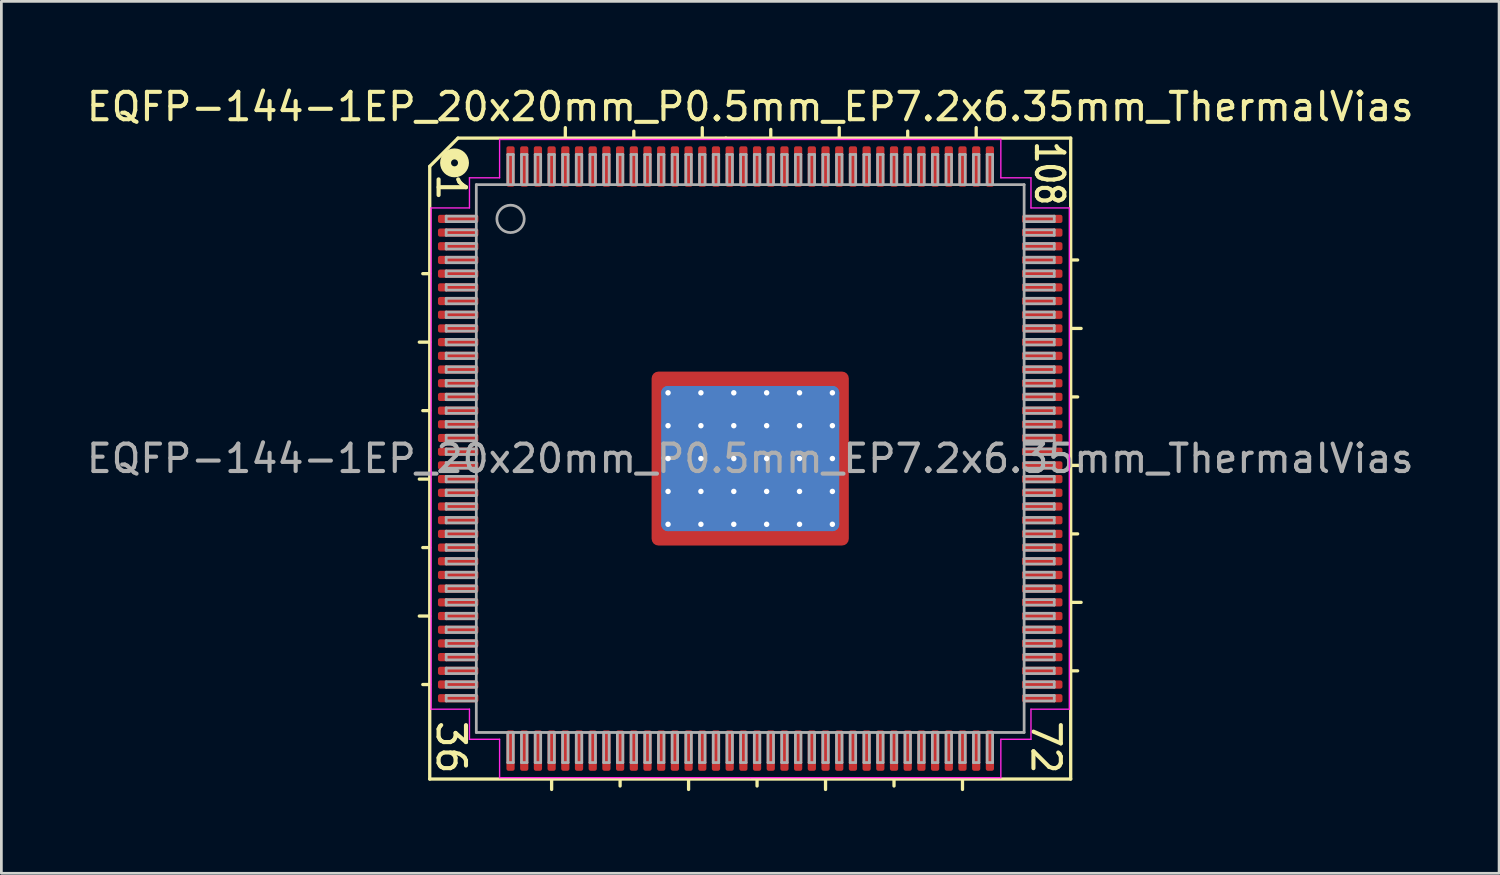
<source format=kicad_pcb>
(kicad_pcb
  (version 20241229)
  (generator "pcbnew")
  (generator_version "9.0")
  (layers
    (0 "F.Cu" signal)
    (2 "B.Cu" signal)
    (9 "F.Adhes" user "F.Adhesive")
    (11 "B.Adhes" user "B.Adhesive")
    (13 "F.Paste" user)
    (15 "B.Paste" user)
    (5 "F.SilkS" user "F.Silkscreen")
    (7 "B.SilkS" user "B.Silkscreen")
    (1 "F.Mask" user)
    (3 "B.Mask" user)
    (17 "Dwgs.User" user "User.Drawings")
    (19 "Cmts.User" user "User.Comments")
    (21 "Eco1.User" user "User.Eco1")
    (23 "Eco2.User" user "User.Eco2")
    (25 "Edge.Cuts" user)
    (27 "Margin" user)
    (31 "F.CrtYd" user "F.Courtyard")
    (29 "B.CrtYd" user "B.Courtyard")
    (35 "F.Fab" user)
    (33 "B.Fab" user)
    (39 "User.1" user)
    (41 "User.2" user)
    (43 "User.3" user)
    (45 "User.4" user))
  (footprint "EQFP-144-1EP_20x20mm_P0.5mm_EP7.2x6.35mm_ThermalVias"
    (layer "F.Cu")
    (at 24.339 13.691)
    (property "Reference" "EQFP-144-1EP_20x20mm_P0.5mm_EP7.2x6.35mm_ThermalVias" (at 0 -12.843 0) (layer "F.SilkS") (effects (font (size 1 1) (thickness 0.15))))
    (attr smd)
    (fp_line (start -11.7 -10.668) (end -11.7 11.7) (stroke (width 0.12) (type solid)) (layer "F.SilkS"))
    (fp_line (start -11.7 -6.75) (end -11.954 -6.75) (stroke (width 0.12) (type solid)) (layer "F.SilkS"))
    (fp_line (start -11.7 -4.25) (end -12.081 -4.25) (stroke (width 0.12) (type solid)) (layer "F.SilkS"))
    (fp_line (start -11.7 -1.75) (end -11.954 -1.75) (stroke (width 0.12) (type solid)) (layer "F.SilkS"))
    (fp_line (start -11.7 0.75) (end -12.081 0.75) (stroke (width 0.12) (type solid)) (layer "F.SilkS"))
    (fp_line (start -11.7 3.25) (end -11.954 3.25) (stroke (width 0.12) (type solid)) (layer "F.SilkS"))
    (fp_line (start -11.7 5.75) (end -12.081 5.75) (stroke (width 0.12) (type solid)) (layer "F.SilkS"))
    (fp_line (start -11.7 8.25) (end -11.954 8.25) (stroke (width 0.12) (type solid)) (layer "F.SilkS"))
    (fp_line (start -11.7 11.7) (end 11.7 11.7) (stroke (width 0.12) (type solid)) (layer "F.SilkS"))
    (fp_line (start -10.668 -11.7) (end -11.7 -10.668) (stroke (width 0.12) (type solid)) (layer "F.SilkS"))
    (fp_line (start -7.25 11.7) (end -7.25 12.081) (stroke (width 0.12) (type solid)) (layer "F.SilkS"))
    (fp_line (start -6.75 -11.7) (end -6.75 -12.081) (stroke (width 0.12) (type solid)) (layer "F.SilkS"))
    (fp_line (start -4.75 11.7) (end -4.75 11.954) (stroke (width 0.12) (type solid)) (layer "F.SilkS"))
    (fp_line (start -4.25 -11.7) (end -4.25 -11.954) (stroke (width 0.12) (type solid)) (layer "F.SilkS"))
    (fp_line (start -2.25 11.7) (end -2.25 12.081) (stroke (width 0.12) (type solid)) (layer "F.SilkS"))
    (fp_line (start -1.75 -11.7) (end -1.75 -12.081) (stroke (width 0.12) (type solid)) (layer "F.SilkS"))
    (fp_line (start -0.889 -11.7) (end -10.668 -11.7) (stroke (width 0.12) (type solid)) (layer "F.SilkS"))
    (fp_line (start 0.25 11.7) (end 0.25 11.954) (stroke (width 0.12) (type solid)) (layer "F.SilkS"))
    (fp_line (start 0.75 -11.766) (end 0.75 -12.016) (stroke (width 0.12) (type solid)) (layer "F.SilkS"))
    (fp_line (start 2.75 11.7) (end 2.75 12.081) (stroke (width 0.12) (type solid)) (layer "F.SilkS"))
    (fp_line (start 3.25 -11.7) (end 3.25 -12.081) (stroke (width 0.12) (type solid)) (layer "F.SilkS"))
    (fp_line (start 5.25 11.7) (end 5.25 11.954) (stroke (width 0.12) (type solid)) (layer "F.SilkS"))
    (fp_line (start 5.75 -11.7) (end 5.75 -11.954) (stroke (width 0.12) (type solid)) (layer "F.SilkS"))
    (fp_line (start 7.75 11.7) (end 7.75 12.081) (stroke (width 0.12) (type solid)) (layer "F.SilkS"))
    (fp_line (start 8.25 -11.7) (end 8.25 -12.081) (stroke (width 0.12) (type solid)) (layer "F.SilkS"))
    (fp_line (start 11.7 -11.7) (end -0.889 -11.7) (stroke (width 0.12) (type solid)) (layer "F.SilkS"))
    (fp_line (start 11.7 -7.25) (end 11.954 -7.25) (stroke (width 0.12) (type solid)) (layer "F.SilkS"))
    (fp_line (start 11.7 -4.75) (end 12.081 -4.75) (stroke (width 0.12) (type solid)) (layer "F.SilkS"))
    (fp_line (start 11.7 -2.25) (end 11.954 -2.25) (stroke (width 0.12) (type solid)) (layer "F.SilkS"))
    (fp_line (start 11.7 0.25) (end 12.081 0.25) (stroke (width 0.12) (type solid)) (layer "F.SilkS"))
    (fp_line (start 11.7 2.75) (end 11.954 2.75) (stroke (width 0.12) (type solid)) (layer "F.SilkS"))
    (fp_line (start 11.7 5.25) (end 12.081 5.25) (stroke (width 0.12) (type solid)) (layer "F.SilkS"))
    (fp_line (start 11.7 7.75) (end 11.954 7.75) (stroke (width 0.12) (type solid)) (layer "F.SilkS"))
    (fp_line (start 11.7 11.7) (end 11.7 -11.7) (stroke (width 0.12) (type solid)) (layer "F.SilkS"))
    (fp_circle (center -10.795 -10.795) (end -10.668 -10.795) (stroke (width 0.4) (type solid)) (fill no) (layer "F.SilkS"))
    (fp_line (start -11.65 -9.15) (end -11.65 0) (stroke (width 0.05) (type solid)) (layer "F.CrtYd"))
    (fp_line (start -11.65 9.15) (end -11.65 0) (stroke (width 0.05) (type solid)) (layer "F.CrtYd"))
    (fp_line (start -10.25 -10.25) (end -10.25 -9.15) (stroke (width 0.05) (type solid)) (layer "F.CrtYd"))
    (fp_line (start -10.25 -9.15) (end -11.65 -9.15) (stroke (width 0.05) (type solid)) (layer "F.CrtYd"))
    (fp_line (start -10.25 9.15) (end -11.65 9.15) (stroke (width 0.05) (type solid)) (layer "F.CrtYd"))
    (fp_line (start -10.25 10.25) (end -10.25 9.15) (stroke (width 0.05) (type solid)) (layer "F.CrtYd"))
    (fp_line (start -9.15 -11.65) (end -9.15 -10.25) (stroke (width 0.05) (type solid)) (layer "F.CrtYd"))
    (fp_line (start -9.15 -10.25) (end -10.25 -10.25) (stroke (width 0.05) (type solid)) (layer "F.CrtYd"))
    (fp_line (start -9.15 10.25) (end -10.25 10.25) (stroke (width 0.05) (type solid)) (layer "F.CrtYd"))
    (fp_line (start -9.15 11.65) (end -9.15 10.25) (stroke (width 0.05) (type solid)) (layer "F.CrtYd"))
    (fp_line (start 0 -11.65) (end -9.15 -11.65) (stroke (width 0.05) (type solid)) (layer "F.CrtYd"))
    (fp_line (start 0 -11.65) (end 9.15 -11.65) (stroke (width 0.05) (type solid)) (layer "F.CrtYd"))
    (fp_line (start 0 11.65) (end -9.15 11.65) (stroke (width 0.05) (type solid)) (layer "F.CrtYd"))
    (fp_line (start 0 11.65) (end 9.15 11.65) (stroke (width 0.05) (type solid)) (layer "F.CrtYd"))
    (fp_line (start 9.15 -11.65) (end 9.15 -10.25) (stroke (width 0.05) (type solid)) (layer "F.CrtYd"))
    (fp_line (start 9.15 -10.25) (end 10.25 -10.25) (stroke (width 0.05) (type solid)) (layer "F.CrtYd"))
    (fp_line (start 9.15 10.25) (end 10.25 10.25) (stroke (width 0.05) (type solid)) (layer "F.CrtYd"))
    (fp_line (start 9.15 11.65) (end 9.15 10.25) (stroke (width 0.05) (type solid)) (layer "F.CrtYd"))
    (fp_line (start 10.25 -10.25) (end 10.25 -9.15) (stroke (width 0.05) (type solid)) (layer "F.CrtYd"))
    (fp_line (start 10.25 -9.15) (end 11.65 -9.15) (stroke (width 0.05) (type solid)) (layer "F.CrtYd"))
    (fp_line (start 10.25 9.15) (end 11.65 9.15) (stroke (width 0.05) (type solid)) (layer "F.CrtYd"))
    (fp_line (start 10.25 10.25) (end 10.25 9.15) (stroke (width 0.05) (type solid)) (layer "F.CrtYd"))
    (fp_line (start 11.65 -9.15) (end 11.65 0) (stroke (width 0.05) (type solid)) (layer "F.CrtYd"))
    (fp_line (start 11.65 9.15) (end 11.65 0) (stroke (width 0.05) (type solid)) (layer "F.CrtYd"))
    (fp_line (start -11.1 -8.85) (end -11.1 -8.65) (stroke (width 0.1) (type solid)) (layer "F.Fab"))
    (fp_line (start -11.1 -8.85) (end -10 -8.85) (stroke (width 0.1) (type solid)) (layer "F.Fab"))
    (fp_line (start -11.1 -8.65) (end -10 -8.65) (stroke (width 0.1) (type solid)) (layer "F.Fab"))
    (fp_line (start -11.1 -8.35) (end -11.1 -8.15) (stroke (width 0.1) (type solid)) (layer "F.Fab"))
    (fp_line (start -11.1 -8.35) (end -10 -8.35) (stroke (width 0.1) (type solid)) (layer "F.Fab"))
    (fp_line (start -11.1 -8.15) (end -10 -8.15) (stroke (width 0.1) (type solid)) (layer "F.Fab"))
    (fp_line (start -11.1 -7.85) (end -11.1 -7.65) (stroke (width 0.1) (type solid)) (layer "F.Fab"))
    (fp_line (start -11.1 -7.85) (end -10 -7.85) (stroke (width 0.1) (type solid)) (layer "F.Fab"))
    (fp_line (start -11.1 -7.65) (end -10 -7.65) (stroke (width 0.1) (type solid)) (layer "F.Fab"))
    (fp_line (start -11.1 -7.35) (end -11.1 -7.15) (stroke (width 0.1) (type solid)) (layer "F.Fab"))
    (fp_line (start -11.1 -7.35) (end -10 -7.35) (stroke (width 0.1) (type solid)) (layer "F.Fab"))
    (fp_line (start -11.1 -7.15) (end -10 -7.15) (stroke (width 0.1) (type solid)) (layer "F.Fab"))
    (fp_line (start -11.1 -6.85) (end -11.1 -6.65) (stroke (width 0.1) (type solid)) (layer "F.Fab"))
    (fp_line (start -11.1 -6.85) (end -10 -6.85) (stroke (width 0.1) (type solid)) (layer "F.Fab"))
    (fp_line (start -11.1 -6.65) (end -10 -6.65) (stroke (width 0.1) (type solid)) (layer "F.Fab"))
    (fp_line (start -11.1 -6.35) (end -11.1 -6.15) (stroke (width 0.1) (type solid)) (layer "F.Fab"))
    (fp_line (start -11.1 -6.35) (end -10 -6.35) (stroke (width 0.1) (type solid)) (layer "F.Fab"))
    (fp_line (start -11.1 -6.15) (end -10 -6.15) (stroke (width 0.1) (type solid)) (layer "F.Fab"))
    (fp_line (start -11.1 -5.85) (end -11.1 -5.65) (stroke (width 0.1) (type solid)) (layer "F.Fab"))
    (fp_line (start -11.1 -5.85) (end -10 -5.85) (stroke (width 0.1) (type solid)) (layer "F.Fab"))
    (fp_line (start -11.1 -5.65) (end -10 -5.65) (stroke (width 0.1) (type solid)) (layer "F.Fab"))
    (fp_line (start -11.1 -5.35) (end -11.1 -5.15) (stroke (width 0.1) (type solid)) (layer "F.Fab"))
    (fp_line (start -11.1 -5.35) (end -10 -5.35) (stroke (width 0.1) (type solid)) (layer "F.Fab"))
    (fp_line (start -11.1 -5.15) (end -10 -5.15) (stroke (width 0.1) (type solid)) (layer "F.Fab"))
    (fp_line (start -11.1 -4.85) (end -11.1 -4.65) (stroke (width 0.1) (type solid)) (layer "F.Fab"))
    (fp_line (start -11.1 -4.85) (end -10 -4.85) (stroke (width 0.1) (type solid)) (layer "F.Fab"))
    (fp_line (start -11.1 -4.65) (end -10 -4.65) (stroke (width 0.1) (type solid)) (layer "F.Fab"))
    (fp_line (start -11.1 -4.35) (end -11.1 -4.15) (stroke (width 0.1) (type solid)) (layer "F.Fab"))
    (fp_line (start -11.1 -4.35) (end -10 -4.35) (stroke (width 0.1) (type solid)) (layer "F.Fab"))
    (fp_line (start -11.1 -4.15) (end -10 -4.15) (stroke (width 0.1) (type solid)) (layer "F.Fab"))
    (fp_line (start -11.1 -3.85) (end -11.1 -3.65) (stroke (width 0.1) (type solid)) (layer "F.Fab"))
    (fp_line (start -11.1 -3.85) (end -10 -3.85) (stroke (width 0.1) (type solid)) (layer "F.Fab"))
    (fp_line (start -11.1 -3.65) (end -10 -3.65) (stroke (width 0.1) (type solid)) (layer "F.Fab"))
    (fp_line (start -11.1 -3.35) (end -11.1 -3.15) (stroke (width 0.1) (type solid)) (layer "F.Fab"))
    (fp_line (start -11.1 -3.35) (end -10 -3.35) (stroke (width 0.1) (type solid)) (layer "F.Fab"))
    (fp_line (start -11.1 -3.15) (end -10 -3.15) (stroke (width 0.1) (type solid)) (layer "F.Fab"))
    (fp_line (start -11.1 -2.85) (end -11.1 -2.65) (stroke (width 0.1) (type solid)) (layer "F.Fab"))
    (fp_line (start -11.1 -2.85) (end -10 -2.85) (stroke (width 0.1) (type solid)) (layer "F.Fab"))
    (fp_line (start -11.1 -2.65) (end -10 -2.65) (stroke (width 0.1) (type solid)) (layer "F.Fab"))
    (fp_line (start -11.1 -2.35) (end -11.1 -2.15) (stroke (width 0.1) (type solid)) (layer "F.Fab"))
    (fp_line (start -11.1 -2.35) (end -10 -2.35) (stroke (width 0.1) (type solid)) (layer "F.Fab"))
    (fp_line (start -11.1 -2.15) (end -10 -2.15) (stroke (width 0.1) (type solid)) (layer "F.Fab"))
    (fp_line (start -11.1 -1.85) (end -11.1 -1.65) (stroke (width 0.1) (type solid)) (layer "F.Fab"))
    (fp_line (start -11.1 -1.85) (end -10 -1.85) (stroke (width 0.1) (type solid)) (layer "F.Fab"))
    (fp_line (start -11.1 -1.65) (end -10 -1.65) (stroke (width 0.1) (type solid)) (layer "F.Fab"))
    (fp_line (start -11.1 -1.35) (end -11.1 -1.15) (stroke (width 0.1) (type solid)) (layer "F.Fab"))
    (fp_line (start -11.1 -1.35) (end -10 -1.35) (stroke (width 0.1) (type solid)) (layer "F.Fab"))
    (fp_line (start -11.1 -1.15) (end -10 -1.15) (stroke (width 0.1) (type solid)) (layer "F.Fab"))
    (fp_line (start -11.1 -0.85) (end -11.1 -0.65) (stroke (width 0.1) (type solid)) (layer "F.Fab"))
    (fp_line (start -11.1 -0.85) (end -10 -0.85) (stroke (width 0.1) (type solid)) (layer "F.Fab"))
    (fp_line (start -11.1 -0.65) (end -10 -0.65) (stroke (width 0.1) (type solid)) (layer "F.Fab"))
    (fp_line (start -11.1 -0.35) (end -11.1 -0.15) (stroke (width 0.1) (type solid)) (layer "F.Fab"))
    (fp_line (start -11.1 -0.35) (end -10 -0.35) (stroke (width 0.1) (type solid)) (layer "F.Fab"))
    (fp_line (start -11.1 -0.15) (end -10 -0.15) (stroke (width 0.1) (type solid)) (layer "F.Fab"))
    (fp_line (start -11.1 0.15) (end -11.1 0.35) (stroke (width 0.1) (type solid)) (layer "F.Fab"))
    (fp_line (start -11.1 0.15) (end -10 0.15) (stroke (width 0.1) (type solid)) (layer "F.Fab"))
    (fp_line (start -11.1 0.35) (end -10 0.35) (stroke (width 0.1) (type solid)) (layer "F.Fab"))
    (fp_line (start -11.1 0.65) (end -11.1 0.85) (stroke (width 0.1) (type solid)) (layer "F.Fab"))
    (fp_line (start -11.1 0.65) (end -10 0.65) (stroke (width 0.1) (type solid)) (layer "F.Fab"))
    (fp_line (start -11.1 0.85) (end -10 0.85) (stroke (width 0.1) (type solid)) (layer "F.Fab"))
    (fp_line (start -11.1 1.15) (end -11.1 1.35) (stroke (width 0.1) (type solid)) (layer "F.Fab"))
    (fp_line (start -11.1 1.15) (end -10 1.15) (stroke (width 0.1) (type solid)) (layer "F.Fab"))
    (fp_line (start -11.1 1.35) (end -10 1.35) (stroke (width 0.1) (type solid)) (layer "F.Fab"))
    (fp_line (start -11.1 1.65) (end -11.1 1.85) (stroke (width 0.1) (type solid)) (layer "F.Fab"))
    (fp_line (start -11.1 1.65) (end -10 1.65) (stroke (width 0.1) (type solid)) (layer "F.Fab"))
    (fp_line (start -11.1 1.85) (end -10 1.85) (stroke (width 0.1) (type solid)) (layer "F.Fab"))
    (fp_line (start -11.1 2.15) (end -11.1 2.35) (stroke (width 0.1) (type solid)) (layer "F.Fab"))
    (fp_line (start -11.1 2.15) (end -10 2.15) (stroke (width 0.1) (type solid)) (layer "F.Fab"))
    (fp_line (start -11.1 2.35) (end -10 2.35) (stroke (width 0.1) (type solid)) (layer "F.Fab"))
    (fp_line (start -11.1 2.65) (end -11.1 2.85) (stroke (width 0.1) (type solid)) (layer "F.Fab"))
    (fp_line (start -11.1 2.65) (end -10 2.65) (stroke (width 0.1) (type solid)) (layer "F.Fab"))
    (fp_line (start -11.1 2.85) (end -10 2.85) (stroke (width 0.1) (type solid)) (layer "F.Fab"))
    (fp_line (start -11.1 3.15) (end -11.1 3.35) (stroke (width 0.1) (type solid)) (layer "F.Fab"))
    (fp_line (start -11.1 3.15) (end -10 3.15) (stroke (width 0.1) (type solid)) (layer "F.Fab"))
    (fp_line (start -11.1 3.35) (end -10 3.35) (stroke (width 0.1) (type solid)) (layer "F.Fab"))
    (fp_line (start -11.1 3.65) (end -11.1 3.85) (stroke (width 0.1) (type solid)) (layer "F.Fab"))
    (fp_line (start -11.1 3.65) (end -10 3.65) (stroke (width 0.1) (type solid)) (layer "F.Fab"))
    (fp_line (start -11.1 3.85) (end -10 3.85) (stroke (width 0.1) (type solid)) (layer "F.Fab"))
    (fp_line (start -11.1 4.15) (end -11.1 4.35) (stroke (width 0.1) (type solid)) (layer "F.Fab"))
    (fp_line (start -11.1 4.15) (end -10 4.15) (stroke (width 0.1) (type solid)) (layer "F.Fab"))
    (fp_line (start -11.1 4.35) (end -10 4.35) (stroke (width 0.1) (type solid)) (layer "F.Fab"))
    (fp_line (start -11.1 4.65) (end -11.1 4.85) (stroke (width 0.1) (type solid)) (layer "F.Fab"))
    (fp_line (start -11.1 4.65) (end -10 4.65) (stroke (width 0.1) (type solid)) (layer "F.Fab"))
    (fp_line (start -11.1 4.85) (end -10 4.85) (stroke (width 0.1) (type solid)) (layer "F.Fab"))
    (fp_line (start -11.1 5.15) (end -11.1 5.35) (stroke (width 0.1) (type solid)) (layer "F.Fab"))
    (fp_line (start -11.1 5.15) (end -10 5.15) (stroke (width 0.1) (type solid)) (layer "F.Fab"))
    (fp_line (start -11.1 5.35) (end -10 5.35) (stroke (width 0.1) (type solid)) (layer "F.Fab"))
    (fp_line (start -11.1 5.65) (end -11.1 5.85) (stroke (width 0.1) (type solid)) (layer "F.Fab"))
    (fp_line (start -11.1 5.65) (end -10 5.65) (stroke (width 0.1) (type solid)) (layer "F.Fab"))
    (fp_line (start -11.1 5.85) (end -10 5.85) (stroke (width 0.1) (type solid)) (layer "F.Fab"))
    (fp_line (start -11.1 6.15) (end -11.1 6.35) (stroke (width 0.1) (type solid)) (layer "F.Fab"))
    (fp_line (start -11.1 6.15) (end -10 6.15) (stroke (width 0.1) (type solid)) (layer "F.Fab"))
    (fp_line (start -11.1 6.35) (end -10 6.35) (stroke (width 0.1) (type solid)) (layer "F.Fab"))
    (fp_line (start -11.1 6.65) (end -11.1 6.85) (stroke (width 0.1) (type solid)) (layer "F.Fab"))
    (fp_line (start -11.1 6.65) (end -10 6.65) (stroke (width 0.1) (type solid)) (layer "F.Fab"))
    (fp_line (start -11.1 6.85) (end -10 6.85) (stroke (width 0.1) (type solid)) (layer "F.Fab"))
    (fp_line (start -11.1 7.15) (end -11.1 7.35) (stroke (width 0.1) (type solid)) (layer "F.Fab"))
    (fp_line (start -11.1 7.15) (end -10 7.15) (stroke (width 0.1) (type solid)) (layer "F.Fab"))
    (fp_line (start -11.1 7.35) (end -10 7.35) (stroke (width 0.1) (type solid)) (layer "F.Fab"))
    (fp_line (start -11.1 7.65) (end -11.1 7.85) (stroke (width 0.1) (type solid)) (layer "F.Fab"))
    (fp_line (start -11.1 7.65) (end -10 7.65) (stroke (width 0.1) (type solid)) (layer "F.Fab"))
    (fp_line (start -11.1 7.85) (end -10 7.85) (stroke (width 0.1) (type solid)) (layer "F.Fab"))
    (fp_line (start -11.1 8.15) (end -11.1 8.35) (stroke (width 0.1) (type solid)) (layer "F.Fab"))
    (fp_line (start -11.1 8.15) (end -10 8.15) (stroke (width 0.1) (type solid)) (layer "F.Fab"))
    (fp_line (start -11.1 8.35) (end -10 8.35) (stroke (width 0.1) (type solid)) (layer "F.Fab"))
    (fp_line (start -11.1 8.65) (end -11.1 8.85) (stroke (width 0.1) (type solid)) (layer "F.Fab"))
    (fp_line (start -11.1 8.65) (end -10 8.65) (stroke (width 0.1) (type solid)) (layer "F.Fab"))
    (fp_line (start -11.1 8.85) (end -10 8.85) (stroke (width 0.1) (type solid)) (layer "F.Fab"))
    (fp_line (start -10 -10) (end 10 -10) (stroke (width 0.1) (type solid)) (layer "F.Fab"))
    (fp_line (start -10 10) (end -10 -10) (stroke (width 0.1) (type solid)) (layer "F.Fab"))
    (fp_line (start -8.85 -11.1) (end -8.85 -10) (stroke (width 0.1) (type solid)) (layer "F.Fab"))
    (fp_line (start -8.85 11.1) (end -8.85 10) (stroke (width 0.1) (type solid)) (layer "F.Fab"))
    (fp_line (start -8.85 11.1) (end -8.65 11.1) (stroke (width 0.1) (type solid)) (layer "F.Fab"))
    (fp_line (start -8.65 -11.1) (end -8.85 -11.1) (stroke (width 0.1) (type solid)) (layer "F.Fab"))
    (fp_line (start -8.65 -11.1) (end -8.65 -10) (stroke (width 0.1) (type solid)) (layer "F.Fab"))
    (fp_line (start -8.65 11.1) (end -8.65 10) (stroke (width 0.1) (type solid)) (layer "F.Fab"))
    (fp_line (start -8.35 -11.1) (end -8.35 -10) (stroke (width 0.1) (type solid)) (layer "F.Fab"))
    (fp_line (start -8.35 11.1) (end -8.35 10) (stroke (width 0.1) (type solid)) (layer "F.Fab"))
    (fp_line (start -8.35 11.1) (end -8.15 11.1) (stroke (width 0.1) (type solid)) (layer "F.Fab"))
    (fp_line (start -8.15 -11.1) (end -8.35 -11.1) (stroke (width 0.1) (type solid)) (layer "F.Fab"))
    (fp_line (start -8.15 -11.1) (end -8.15 -10) (stroke (width 0.1) (type solid)) (layer "F.Fab"))
    (fp_line (start -8.15 11.1) (end -8.15 10) (stroke (width 0.1) (type solid)) (layer "F.Fab"))
    (fp_line (start -7.85 -11.1) (end -7.85 -10) (stroke (width 0.1) (type solid)) (layer "F.Fab"))
    (fp_line (start -7.85 11.1) (end -7.85 10) (stroke (width 0.1) (type solid)) (layer "F.Fab"))
    (fp_line (start -7.85 11.1) (end -7.65 11.1) (stroke (width 0.1) (type solid)) (layer "F.Fab"))
    (fp_line (start -7.65 -11.1) (end -7.85 -11.1) (stroke (width 0.1) (type solid)) (layer "F.Fab"))
    (fp_line (start -7.65 -11.1) (end -7.65 -10) (stroke (width 0.1) (type solid)) (layer "F.Fab"))
    (fp_line (start -7.65 11.1) (end -7.65 10) (stroke (width 0.1) (type solid)) (layer "F.Fab"))
    (fp_line (start -7.35 -11.1) (end -7.35 -10) (stroke (width 0.1) (type solid)) (layer "F.Fab"))
    (fp_line (start -7.35 11.1) (end -7.35 10) (stroke (width 0.1) (type solid)) (layer "F.Fab"))
    (fp_line (start -7.35 11.1) (end -7.15 11.1) (stroke (width 0.1) (type solid)) (layer "F.Fab"))
    (fp_line (start -7.15 -11.1) (end -7.35 -11.1) (stroke (width 0.1) (type solid)) (layer "F.Fab"))
    (fp_line (start -7.15 -11.1) (end -7.15 -10) (stroke (width 0.1) (type solid)) (layer "F.Fab"))
    (fp_line (start -7.15 11.1) (end -7.15 10) (stroke (width 0.1) (type solid)) (layer "F.Fab"))
    (fp_line (start -6.85 -11.1) (end -6.85 -10) (stroke (width 0.1) (type solid)) (layer "F.Fab"))
    (fp_line (start -6.85 11.1) (end -6.85 10) (stroke (width 0.1) (type solid)) (layer "F.Fab"))
    (fp_line (start -6.85 11.1) (end -6.65 11.1) (stroke (width 0.1) (type solid)) (layer "F.Fab"))
    (fp_line (start -6.65 -11.1) (end -6.85 -11.1) (stroke (width 0.1) (type solid)) (layer "F.Fab"))
    (fp_line (start -6.65 -11.1) (end -6.65 -10) (stroke (width 0.1) (type solid)) (layer "F.Fab"))
    (fp_line (start -6.65 11.1) (end -6.65 10) (stroke (width 0.1) (type solid)) (layer "F.Fab"))
    (fp_line (start -6.35 -11.1) (end -6.35 -10) (stroke (width 0.1) (type solid)) (layer "F.Fab"))
    (fp_line (start -6.35 11.1) (end -6.35 10) (stroke (width 0.1) (type solid)) (layer "F.Fab"))
    (fp_line (start -6.35 11.1) (end -6.15 11.1) (stroke (width 0.1) (type solid)) (layer "F.Fab"))
    (fp_line (start -6.15 -11.1) (end -6.35 -11.1) (stroke (width 0.1) (type solid)) (layer "F.Fab"))
    (fp_line (start -6.15 -11.1) (end -6.15 -10) (stroke (width 0.1) (type solid)) (layer "F.Fab"))
    (fp_line (start -6.15 11.1) (end -6.15 10) (stroke (width 0.1) (type solid)) (layer "F.Fab"))
    (fp_line (start -5.85 -11.1) (end -5.85 -10) (stroke (width 0.1) (type solid)) (layer "F.Fab"))
    (fp_line (start -5.85 11.1) (end -5.85 10) (stroke (width 0.1) (type solid)) (layer "F.Fab"))
    (fp_line (start -5.85 11.1) (end -5.65 11.1) (stroke (width 0.1) (type solid)) (layer "F.Fab"))
    (fp_line (start -5.65 -11.1) (end -5.85 -11.1) (stroke (width 0.1) (type solid)) (layer "F.Fab"))
    (fp_line (start -5.65 -11.1) (end -5.65 -10) (stroke (width 0.1) (type solid)) (layer "F.Fab"))
    (fp_line (start -5.65 11.1) (end -5.65 10) (stroke (width 0.1) (type solid)) (layer "F.Fab"))
    (fp_line (start -5.35 -11.1) (end -5.35 -10) (stroke (width 0.1) (type solid)) (layer "F.Fab"))
    (fp_line (start -5.35 11.1) (end -5.35 10) (stroke (width 0.1) (type solid)) (layer "F.Fab"))
    (fp_line (start -5.35 11.1) (end -5.15 11.1) (stroke (width 0.1) (type solid)) (layer "F.Fab"))
    (fp_line (start -5.15 -11.1) (end -5.35 -11.1) (stroke (width 0.1) (type solid)) (layer "F.Fab"))
    (fp_line (start -5.15 -11.1) (end -5.15 -10) (stroke (width 0.1) (type solid)) (layer "F.Fab"))
    (fp_line (start -5.15 11.1) (end -5.15 10) (stroke (width 0.1) (type solid)) (layer "F.Fab"))
    (fp_line (start -4.85 -11.1) (end -4.85 -10) (stroke (width 0.1) (type solid)) (layer "F.Fab"))
    (fp_line (start -4.85 11.1) (end -4.85 10) (stroke (width 0.1) (type solid)) (layer "F.Fab"))
    (fp_line (start -4.85 11.1) (end -4.65 11.1) (stroke (width 0.1) (type solid)) (layer "F.Fab"))
    (fp_line (start -4.65 -11.1) (end -4.85 -11.1) (stroke (width 0.1) (type solid)) (layer "F.Fab"))
    (fp_line (start -4.65 -11.1) (end -4.65 -10) (stroke (width 0.1) (type solid)) (layer "F.Fab"))
    (fp_line (start -4.65 11.1) (end -4.65 10) (stroke (width 0.1) (type solid)) (layer "F.Fab"))
    (fp_line (start -4.35 -11.1) (end -4.35 -10) (stroke (width 0.1) (type solid)) (layer "F.Fab"))
    (fp_line (start -4.35 11.1) (end -4.35 10) (stroke (width 0.1) (type solid)) (layer "F.Fab"))
    (fp_line (start -4.35 11.1) (end -4.15 11.1) (stroke (width 0.1) (type solid)) (layer "F.Fab"))
    (fp_line (start -4.15 -11.1) (end -4.35 -11.1) (stroke (width 0.1) (type solid)) (layer "F.Fab"))
    (fp_line (start -4.15 -11.1) (end -4.15 -10) (stroke (width 0.1) (type solid)) (layer "F.Fab"))
    (fp_line (start -4.15 11.1) (end -4.15 10) (stroke (width 0.1) (type solid)) (layer "F.Fab"))
    (fp_line (start -3.85 -11.1) (end -3.85 -10) (stroke (width 0.1) (type solid)) (layer "F.Fab"))
    (fp_line (start -3.85 11.1) (end -3.85 10) (stroke (width 0.1) (type solid)) (layer "F.Fab"))
    (fp_line (start -3.85 11.1) (end -3.65 11.1) (stroke (width 0.1) (type solid)) (layer "F.Fab"))
    (fp_line (start -3.65 -11.1) (end -3.85 -11.1) (stroke (width 0.1) (type solid)) (layer "F.Fab"))
    (fp_line (start -3.65 -11.1) (end -3.65 -10) (stroke (width 0.1) (type solid)) (layer "F.Fab"))
    (fp_line (start -3.65 11.1) (end -3.65 10) (stroke (width 0.1) (type solid)) (layer "F.Fab"))
    (fp_line (start -3.35 -11.1) (end -3.35 -10) (stroke (width 0.1) (type solid)) (layer "F.Fab"))
    (fp_line (start -3.35 11.1) (end -3.35 10) (stroke (width 0.1) (type solid)) (layer "F.Fab"))
    (fp_line (start -3.35 11.1) (end -3.15 11.1) (stroke (width 0.1) (type solid)) (layer "F.Fab"))
    (fp_line (start -3.15 -11.1) (end -3.35 -11.1) (stroke (width 0.1) (type solid)) (layer "F.Fab"))
    (fp_line (start -3.15 -11.1) (end -3.15 -10) (stroke (width 0.1) (type solid)) (layer "F.Fab"))
    (fp_line (start -3.15 11.1) (end -3.15 10) (stroke (width 0.1) (type solid)) (layer "F.Fab"))
    (fp_line (start -2.85 -11.1) (end -2.85 -10) (stroke (width 0.1) (type solid)) (layer "F.Fab"))
    (fp_line (start -2.85 11.1) (end -2.85 10) (stroke (width 0.1) (type solid)) (layer "F.Fab"))
    (fp_line (start -2.85 11.1) (end -2.65 11.1) (stroke (width 0.1) (type solid)) (layer "F.Fab"))
    (fp_line (start -2.65 -11.1) (end -2.85 -11.1) (stroke (width 0.1) (type solid)) (layer "F.Fab"))
    (fp_line (start -2.65 -11.1) (end -2.65 -10) (stroke (width 0.1) (type solid)) (layer "F.Fab"))
    (fp_line (start -2.65 11.1) (end -2.65 10) (stroke (width 0.1) (type solid)) (layer "F.Fab"))
    (fp_line (start -2.35 -11.1) (end -2.35 -10) (stroke (width 0.1) (type solid)) (layer "F.Fab"))
    (fp_line (start -2.35 11.1) (end -2.35 10) (stroke (width 0.1) (type solid)) (layer "F.Fab"))
    (fp_line (start -2.35 11.1) (end -2.15 11.1) (stroke (width 0.1) (type solid)) (layer "F.Fab"))
    (fp_line (start -2.15 -11.1) (end -2.35 -11.1) (stroke (width 0.1) (type solid)) (layer "F.Fab"))
    (fp_line (start -2.15 -11.1) (end -2.15 -10) (stroke (width 0.1) (type solid)) (layer "F.Fab"))
    (fp_line (start -2.15 11.1) (end -2.15 10) (stroke (width 0.1) (type solid)) (layer "F.Fab"))
    (fp_line (start -1.85 -11.1) (end -1.85 -10) (stroke (width 0.1) (type solid)) (layer "F.Fab"))
    (fp_line (start -1.85 11.1) (end -1.85 10) (stroke (width 0.1) (type solid)) (layer "F.Fab"))
    (fp_line (start -1.85 11.1) (end -1.65 11.1) (stroke (width 0.1) (type solid)) (layer "F.Fab"))
    (fp_line (start -1.65 -11.1) (end -1.85 -11.1) (stroke (width 0.1) (type solid)) (layer "F.Fab"))
    (fp_line (start -1.65 -11.1) (end -1.65 -10) (stroke (width 0.1) (type solid)) (layer "F.Fab"))
    (fp_line (start -1.65 11.1) (end -1.65 10) (stroke (width 0.1) (type solid)) (layer "F.Fab"))
    (fp_line (start -1.35 -11.1) (end -1.35 -10) (stroke (width 0.1) (type solid)) (layer "F.Fab"))
    (fp_line (start -1.35 11.1) (end -1.35 10) (stroke (width 0.1) (type solid)) (layer "F.Fab"))
    (fp_line (start -1.35 11.1) (end -1.15 11.1) (stroke (width 0.1) (type solid)) (layer "F.Fab"))
    (fp_line (start -1.15 -11.1) (end -1.35 -11.1) (stroke (width 0.1) (type solid)) (layer "F.Fab"))
    (fp_line (start -1.15 -11.1) (end -1.15 -10) (stroke (width 0.1) (type solid)) (layer "F.Fab"))
    (fp_line (start -1.15 11.1) (end -1.15 10) (stroke (width 0.1) (type solid)) (layer "F.Fab"))
    (fp_line (start -0.85 -11.1) (end -0.85 -10) (stroke (width 0.1) (type solid)) (layer "F.Fab"))
    (fp_line (start -0.85 11.1) (end -0.85 10) (stroke (width 0.1) (type solid)) (layer "F.Fab"))
    (fp_line (start -0.85 11.1) (end -0.65 11.1) (stroke (width 0.1) (type solid)) (layer "F.Fab"))
    (fp_line (start -0.65 -11.1) (end -0.85 -11.1) (stroke (width 0.1) (type solid)) (layer "F.Fab"))
    (fp_line (start -0.65 -11.1) (end -0.65 -10) (stroke (width 0.1) (type solid)) (layer "F.Fab"))
    (fp_line (start -0.65 11.1) (end -0.65 10) (stroke (width 0.1) (type solid)) (layer "F.Fab"))
    (fp_line (start -0.35 -11.1) (end -0.35 -10) (stroke (width 0.1) (type solid)) (layer "F.Fab"))
    (fp_line (start -0.35 11.1) (end -0.35 10) (stroke (width 0.1) (type solid)) (layer "F.Fab"))
    (fp_line (start -0.35 11.1) (end -0.15 11.1) (stroke (width 0.1) (type solid)) (layer "F.Fab"))
    (fp_line (start -0.15 -11.1) (end -0.35 -11.1) (stroke (width 0.1) (type solid)) (layer "F.Fab"))
    (fp_line (start -0.15 -11.1) (end -0.15 -10) (stroke (width 0.1) (type solid)) (layer "F.Fab"))
    (fp_line (start -0.15 11.1) (end -0.15 10) (stroke (width 0.1) (type solid)) (layer "F.Fab"))
    (fp_line (start 0.15 -11.1) (end 0.15 -10) (stroke (width 0.1) (type solid)) (layer "F.Fab"))
    (fp_line (start 0.15 11.1) (end 0.15 10) (stroke (width 0.1) (type solid)) (layer "F.Fab"))
    (fp_line (start 0.15 11.1) (end 0.35 11.1) (stroke (width 0.1) (type solid)) (layer "F.Fab"))
    (fp_line (start 0.35 -11.1) (end 0.15 -11.1) (stroke (width 0.1) (type solid)) (layer "F.Fab"))
    (fp_line (start 0.35 -11.1) (end 0.35 -10) (stroke (width 0.1) (type solid)) (layer "F.Fab"))
    (fp_line (start 0.35 11.1) (end 0.35 10) (stroke (width 0.1) (type solid)) (layer "F.Fab"))
    (fp_line (start 0.65 -11.1) (end 0.65 -10) (stroke (width 0.1) (type solid)) (layer "F.Fab"))
    (fp_line (start 0.65 11.1) (end 0.65 10) (stroke (width 0.1) (type solid)) (layer "F.Fab"))
    (fp_line (start 0.65 11.1) (end 0.85 11.1) (stroke (width 0.1) (type solid)) (layer "F.Fab"))
    (fp_line (start 0.85 -11.1) (end 0.65 -11.1) (stroke (width 0.1) (type solid)) (layer "F.Fab"))
    (fp_line (start 0.85 -11.1) (end 0.85 -10) (stroke (width 0.1) (type solid)) (layer "F.Fab"))
    (fp_line (start 0.85 11.1) (end 0.85 10) (stroke (width 0.1) (type solid)) (layer "F.Fab"))
    (fp_line (start 1.15 -11.1) (end 1.15 -10) (stroke (width 0.1) (type solid)) (layer "F.Fab"))
    (fp_line (start 1.15 11.1) (end 1.15 10) (stroke (width 0.1) (type solid)) (layer "F.Fab"))
    (fp_line (start 1.15 11.1) (end 1.35 11.1) (stroke (width 0.1) (type solid)) (layer "F.Fab"))
    (fp_line (start 1.35 -11.1) (end 1.15 -11.1) (stroke (width 0.1) (type solid)) (layer "F.Fab"))
    (fp_line (start 1.35 -11.1) (end 1.35 -10) (stroke (width 0.1) (type solid)) (layer "F.Fab"))
    (fp_line (start 1.35 11.1) (end 1.35 10) (stroke (width 0.1) (type solid)) (layer "F.Fab"))
    (fp_line (start 1.65 -11.1) (end 1.65 -10) (stroke (width 0.1) (type solid)) (layer "F.Fab"))
    (fp_line (start 1.65 11.1) (end 1.65 10) (stroke (width 0.1) (type solid)) (layer "F.Fab"))
    (fp_line (start 1.65 11.1) (end 1.85 11.1) (stroke (width 0.1) (type solid)) (layer "F.Fab"))
    (fp_line (start 1.85 -11.1) (end 1.65 -11.1) (stroke (width 0.1) (type solid)) (layer "F.Fab"))
    (fp_line (start 1.85 -11.1) (end 1.85 -10) (stroke (width 0.1) (type solid)) (layer "F.Fab"))
    (fp_line (start 1.85 11.1) (end 1.85 10) (stroke (width 0.1) (type solid)) (layer "F.Fab"))
    (fp_line (start 2.15 -11.1) (end 2.15 -10) (stroke (width 0.1) (type solid)) (layer "F.Fab"))
    (fp_line (start 2.15 11.1) (end 2.15 10) (stroke (width 0.1) (type solid)) (layer "F.Fab"))
    (fp_line (start 2.15 11.1) (end 2.35 11.1) (stroke (width 0.1) (type solid)) (layer "F.Fab"))
    (fp_line (start 2.35 -11.1) (end 2.15 -11.1) (stroke (width 0.1) (type solid)) (layer "F.Fab"))
    (fp_line (start 2.35 -11.1) (end 2.35 -10) (stroke (width 0.1) (type solid)) (layer "F.Fab"))
    (fp_line (start 2.35 11.1) (end 2.35 10) (stroke (width 0.1) (type solid)) (layer "F.Fab"))
    (fp_line (start 2.65 -11.1) (end 2.65 -10) (stroke (width 0.1) (type solid)) (layer "F.Fab"))
    (fp_line (start 2.65 11.1) (end 2.65 10) (stroke (width 0.1) (type solid)) (layer "F.Fab"))
    (fp_line (start 2.65 11.1) (end 2.85 11.1) (stroke (width 0.1) (type solid)) (layer "F.Fab"))
    (fp_line (start 2.85 -11.1) (end 2.65 -11.1) (stroke (width 0.1) (type solid)) (layer "F.Fab"))
    (fp_line (start 2.85 -11.1) (end 2.85 -10) (stroke (width 0.1) (type solid)) (layer "F.Fab"))
    (fp_line (start 2.85 11.1) (end 2.85 10) (stroke (width 0.1) (type solid)) (layer "F.Fab"))
    (fp_line (start 3.15 -11.1) (end 3.15 -10) (stroke (width 0.1) (type solid)) (layer "F.Fab"))
    (fp_line (start 3.15 11.1) (end 3.15 10) (stroke (width 0.1) (type solid)) (layer "F.Fab"))
    (fp_line (start 3.15 11.1) (end 3.35 11.1) (stroke (width 0.1) (type solid)) (layer "F.Fab"))
    (fp_line (start 3.35 -11.1) (end 3.15 -11.1) (stroke (width 0.1) (type solid)) (layer "F.Fab"))
    (fp_line (start 3.35 -11.1) (end 3.35 -10) (stroke (width 0.1) (type solid)) (layer "F.Fab"))
    (fp_line (start 3.35 11.1) (end 3.35 10) (stroke (width 0.1) (type solid)) (layer "F.Fab"))
    (fp_line (start 3.65 -11.1) (end 3.65 -10) (stroke (width 0.1) (type solid)) (layer "F.Fab"))
    (fp_line (start 3.65 11.1) (end 3.65 10) (stroke (width 0.1) (type solid)) (layer "F.Fab"))
    (fp_line (start 3.65 11.1) (end 3.85 11.1) (stroke (width 0.1) (type solid)) (layer "F.Fab"))
    (fp_line (start 3.85 -11.1) (end 3.65 -11.1) (stroke (width 0.1) (type solid)) (layer "F.Fab"))
    (fp_line (start 3.85 -11.1) (end 3.85 -10) (stroke (width 0.1) (type solid)) (layer "F.Fab"))
    (fp_line (start 3.85 11.1) (end 3.85 10) (stroke (width 0.1) (type solid)) (layer "F.Fab"))
    (fp_line (start 4.15 -11.1) (end 4.15 -10) (stroke (width 0.1) (type solid)) (layer "F.Fab"))
    (fp_line (start 4.15 11.1) (end 4.15 10) (stroke (width 0.1) (type solid)) (layer "F.Fab"))
    (fp_line (start 4.15 11.1) (end 4.35 11.1) (stroke (width 0.1) (type solid)) (layer "F.Fab"))
    (fp_line (start 4.35 -11.1) (end 4.15 -11.1) (stroke (width 0.1) (type solid)) (layer "F.Fab"))
    (fp_line (start 4.35 -11.1) (end 4.35 -10) (stroke (width 0.1) (type solid)) (layer "F.Fab"))
    (fp_line (start 4.35 11.1) (end 4.35 10) (stroke (width 0.1) (type solid)) (layer "F.Fab"))
    (fp_line (start 4.65 -11.1) (end 4.65 -10) (stroke (width 0.1) (type solid)) (layer "F.Fab"))
    (fp_line (start 4.65 11.1) (end 4.65 10) (stroke (width 0.1) (type solid)) (layer "F.Fab"))
    (fp_line (start 4.65 11.1) (end 4.85 11.1) (stroke (width 0.1) (type solid)) (layer "F.Fab"))
    (fp_line (start 4.85 -11.1) (end 4.65 -11.1) (stroke (width 0.1) (type solid)) (layer "F.Fab"))
    (fp_line (start 4.85 -11.1) (end 4.85 -10) (stroke (width 0.1) (type solid)) (layer "F.Fab"))
    (fp_line (start 4.85 11.1) (end 4.85 10) (stroke (width 0.1) (type solid)) (layer "F.Fab"))
    (fp_line (start 5.15 -11.1) (end 5.15 -10) (stroke (width 0.1) (type solid)) (layer "F.Fab"))
    (fp_line (start 5.15 11.1) (end 5.15 10) (stroke (width 0.1) (type solid)) (layer "F.Fab"))
    (fp_line (start 5.15 11.1) (end 5.35 11.1) (stroke (width 0.1) (type solid)) (layer "F.Fab"))
    (fp_line (start 5.35 -11.1) (end 5.15 -11.1) (stroke (width 0.1) (type solid)) (layer "F.Fab"))
    (fp_line (start 5.35 -11.1) (end 5.35 -10) (stroke (width 0.1) (type solid)) (layer "F.Fab"))
    (fp_line (start 5.35 11.1) (end 5.35 10) (stroke (width 0.1) (type solid)) (layer "F.Fab"))
    (fp_line (start 5.65 -11.1) (end 5.65 -10) (stroke (width 0.1) (type solid)) (layer "F.Fab"))
    (fp_line (start 5.65 11.1) (end 5.65 10) (stroke (width 0.1) (type solid)) (layer "F.Fab"))
    (fp_line (start 5.65 11.1) (end 5.85 11.1) (stroke (width 0.1) (type solid)) (layer "F.Fab"))
    (fp_line (start 5.85 -11.1) (end 5.65 -11.1) (stroke (width 0.1) (type solid)) (layer "F.Fab"))
    (fp_line (start 5.85 -11.1) (end 5.85 -10) (stroke (width 0.1) (type solid)) (layer "F.Fab"))
    (fp_line (start 5.85 11.1) (end 5.85 10) (stroke (width 0.1) (type solid)) (layer "F.Fab"))
    (fp_line (start 6.15 -11.1) (end 6.15 -10) (stroke (width 0.1) (type solid)) (layer "F.Fab"))
    (fp_line (start 6.15 11.1) (end 6.15 10) (stroke (width 0.1) (type solid)) (layer "F.Fab"))
    (fp_line (start 6.15 11.1) (end 6.35 11.1) (stroke (width 0.1) (type solid)) (layer "F.Fab"))
    (fp_line (start 6.35 -11.1) (end 6.15 -11.1) (stroke (width 0.1) (type solid)) (layer "F.Fab"))
    (fp_line (start 6.35 -11.1) (end 6.35 -10) (stroke (width 0.1) (type solid)) (layer "F.Fab"))
    (fp_line (start 6.35 11.1) (end 6.35 10) (stroke (width 0.1) (type solid)) (layer "F.Fab"))
    (fp_line (start 6.65 -11.1) (end 6.65 -10) (stroke (width 0.1) (type solid)) (layer "F.Fab"))
    (fp_line (start 6.65 11.1) (end 6.65 10) (stroke (width 0.1) (type solid)) (layer "F.Fab"))
    (fp_line (start 6.65 11.1) (end 6.85 11.1) (stroke (width 0.1) (type solid)) (layer "F.Fab"))
    (fp_line (start 6.85 -11.1) (end 6.65 -11.1) (stroke (width 0.1) (type solid)) (layer "F.Fab"))
    (fp_line (start 6.85 -11.1) (end 6.85 -10) (stroke (width 0.1) (type solid)) (layer "F.Fab"))
    (fp_line (start 6.85 11.1) (end 6.85 10) (stroke (width 0.1) (type solid)) (layer "F.Fab"))
    (fp_line (start 7.15 -11.1) (end 7.15 -10) (stroke (width 0.1) (type solid)) (layer "F.Fab"))
    (fp_line (start 7.15 11.1) (end 7.15 10) (stroke (width 0.1) (type solid)) (layer "F.Fab"))
    (fp_line (start 7.15 11.1) (end 7.35 11.1) (stroke (width 0.1) (type solid)) (layer "F.Fab"))
    (fp_line (start 7.35 -11.1) (end 7.15 -11.1) (stroke (width 0.1) (type solid)) (layer "F.Fab"))
    (fp_line (start 7.35 -11.1) (end 7.35 -10) (stroke (width 0.1) (type solid)) (layer "F.Fab"))
    (fp_line (start 7.35 11.1) (end 7.35 10) (stroke (width 0.1) (type solid)) (layer "F.Fab"))
    (fp_line (start 7.65 -11.1) (end 7.65 -10) (stroke (width 0.1) (type solid)) (layer "F.Fab"))
    (fp_line (start 7.65 11.1) (end 7.65 10) (stroke (width 0.1) (type solid)) (layer "F.Fab"))
    (fp_line (start 7.65 11.1) (end 7.85 11.1) (stroke (width 0.1) (type solid)) (layer "F.Fab"))
    (fp_line (start 7.85 -11.1) (end 7.65 -11.1) (stroke (width 0.1) (type solid)) (layer "F.Fab"))
    (fp_line (start 7.85 -11.1) (end 7.85 -10) (stroke (width 0.1) (type solid)) (layer "F.Fab"))
    (fp_line (start 7.85 11.1) (end 7.85 10) (stroke (width 0.1) (type solid)) (layer "F.Fab"))
    (fp_line (start 8.15 -11.1) (end 8.15 -10) (stroke (width 0.1) (type solid)) (layer "F.Fab"))
    (fp_line (start 8.15 11.1) (end 8.15 10) (stroke (width 0.1) (type solid)) (layer "F.Fab"))
    (fp_line (start 8.15 11.1) (end 8.35 11.1) (stroke (width 0.1) (type solid)) (layer "F.Fab"))
    (fp_line (start 8.35 -11.1) (end 8.15 -11.1) (stroke (width 0.1) (type solid)) (layer "F.Fab"))
    (fp_line (start 8.35 -11.1) (end 8.35 -10) (stroke (width 0.1) (type solid)) (layer "F.Fab"))
    (fp_line (start 8.35 11.1) (end 8.35 10) (stroke (width 0.1) (type solid)) (layer "F.Fab"))
    (fp_line (start 8.65 -11.1) (end 8.65 -10) (stroke (width 0.1) (type solid)) (layer "F.Fab"))
    (fp_line (start 8.65 11.1) (end 8.65 10) (stroke (width 0.1) (type solid)) (layer "F.Fab"))
    (fp_line (start 8.65 11.1) (end 8.85 11.1) (stroke (width 0.1) (type solid)) (layer "F.Fab"))
    (fp_line (start 8.85 -11.1) (end 8.65 -11.1) (stroke (width 0.1) (type solid)) (layer "F.Fab"))
    (fp_line (start 8.85 -11.1) (end 8.85 -10) (stroke (width 0.1) (type solid)) (layer "F.Fab"))
    (fp_line (start 8.85 11.1) (end 8.85 10) (stroke (width 0.1) (type solid)) (layer "F.Fab"))
    (fp_line (start 10 -10) (end 10 10) (stroke (width 0.1) (type solid)) (layer "F.Fab"))
    (fp_line (start 10 10) (end -10 10) (stroke (width 0.1) (type solid)) (layer "F.Fab"))
    (fp_line (start 11.1 -8.85) (end 10 -8.85) (stroke (width 0.1) (type solid)) (layer "F.Fab"))
    (fp_line (start 11.1 -8.65) (end 10 -8.65) (stroke (width 0.1) (type solid)) (layer "F.Fab"))
    (fp_line (start 11.1 -8.65) (end 11.1 -8.85) (stroke (width 0.1) (type solid)) (layer "F.Fab"))
    (fp_line (start 11.1 -8.35) (end 10 -8.35) (stroke (width 0.1) (type solid)) (layer "F.Fab"))
    (fp_line (start 11.1 -8.15) (end 10 -8.15) (stroke (width 0.1) (type solid)) (layer "F.Fab"))
    (fp_line (start 11.1 -8.15) (end 11.1 -8.35) (stroke (width 0.1) (type solid)) (layer "F.Fab"))
    (fp_line (start 11.1 -7.85) (end 10 -7.85) (stroke (width 0.1) (type solid)) (layer "F.Fab"))
    (fp_line (start 11.1 -7.65) (end 10 -7.65) (stroke (width 0.1) (type solid)) (layer "F.Fab"))
    (fp_line (start 11.1 -7.65) (end 11.1 -7.85) (stroke (width 0.1) (type solid)) (layer "F.Fab"))
    (fp_line (start 11.1 -7.35) (end 10 -7.35) (stroke (width 0.1) (type solid)) (layer "F.Fab"))
    (fp_line (start 11.1 -7.15) (end 10 -7.15) (stroke (width 0.1) (type solid)) (layer "F.Fab"))
    (fp_line (start 11.1 -7.15) (end 11.1 -7.35) (stroke (width 0.1) (type solid)) (layer "F.Fab"))
    (fp_line (start 11.1 -6.85) (end 10 -6.85) (stroke (width 0.1) (type solid)) (layer "F.Fab"))
    (fp_line (start 11.1 -6.65) (end 10 -6.65) (stroke (width 0.1) (type solid)) (layer "F.Fab"))
    (fp_line (start 11.1 -6.65) (end 11.1 -6.85) (stroke (width 0.1) (type solid)) (layer "F.Fab"))
    (fp_line (start 11.1 -6.35) (end 10 -6.35) (stroke (width 0.1) (type solid)) (layer "F.Fab"))
    (fp_line (start 11.1 -6.15) (end 10 -6.15) (stroke (width 0.1) (type solid)) (layer "F.Fab"))
    (fp_line (start 11.1 -6.15) (end 11.1 -6.35) (stroke (width 0.1) (type solid)) (layer "F.Fab"))
    (fp_line (start 11.1 -5.85) (end 10 -5.85) (stroke (width 0.1) (type solid)) (layer "F.Fab"))
    (fp_line (start 11.1 -5.65) (end 10 -5.65) (stroke (width 0.1) (type solid)) (layer "F.Fab"))
    (fp_line (start 11.1 -5.65) (end 11.1 -5.85) (stroke (width 0.1) (type solid)) (layer "F.Fab"))
    (fp_line (start 11.1 -5.35) (end 10 -5.35) (stroke (width 0.1) (type solid)) (layer "F.Fab"))
    (fp_line (start 11.1 -5.15) (end 10 -5.15) (stroke (width 0.1) (type solid)) (layer "F.Fab"))
    (fp_line (start 11.1 -5.15) (end 11.1 -5.35) (stroke (width 0.1) (type solid)) (layer "F.Fab"))
    (fp_line (start 11.1 -4.85) (end 10 -4.85) (stroke (width 0.1) (type solid)) (layer "F.Fab"))
    (fp_line (start 11.1 -4.65) (end 10 -4.65) (stroke (width 0.1) (type solid)) (layer "F.Fab"))
    (fp_line (start 11.1 -4.65) (end 11.1 -4.85) (stroke (width 0.1) (type solid)) (layer "F.Fab"))
    (fp_line (start 11.1 -4.35) (end 10 -4.35) (stroke (width 0.1) (type solid)) (layer "F.Fab"))
    (fp_line (start 11.1 -4.15) (end 10 -4.15) (stroke (width 0.1) (type solid)) (layer "F.Fab"))
    (fp_line (start 11.1 -4.15) (end 11.1 -4.35) (stroke (width 0.1) (type solid)) (layer "F.Fab"))
    (fp_line (start 11.1 -3.85) (end 10 -3.85) (stroke (width 0.1) (type solid)) (layer "F.Fab"))
    (fp_line (start 11.1 -3.65) (end 10 -3.65) (stroke (width 0.1) (type solid)) (layer "F.Fab"))
    (fp_line (start 11.1 -3.65) (end 11.1 -3.85) (stroke (width 0.1) (type solid)) (layer "F.Fab"))
    (fp_line (start 11.1 -3.35) (end 10 -3.35) (stroke (width 0.1) (type solid)) (layer "F.Fab"))
    (fp_line (start 11.1 -3.15) (end 10 -3.15) (stroke (width 0.1) (type solid)) (layer "F.Fab"))
    (fp_line (start 11.1 -3.15) (end 11.1 -3.35) (stroke (width 0.1) (type solid)) (layer "F.Fab"))
    (fp_line (start 11.1 -2.85) (end 10 -2.85) (stroke (width 0.1) (type solid)) (layer "F.Fab"))
    (fp_line (start 11.1 -2.65) (end 10 -2.65) (stroke (width 0.1) (type solid)) (layer "F.Fab"))
    (fp_line (start 11.1 -2.65) (end 11.1 -2.85) (stroke (width 0.1) (type solid)) (layer "F.Fab"))
    (fp_line (start 11.1 -2.35) (end 10 -2.35) (stroke (width 0.1) (type solid)) (layer "F.Fab"))
    (fp_line (start 11.1 -2.15) (end 10 -2.15) (stroke (width 0.1) (type solid)) (layer "F.Fab"))
    (fp_line (start 11.1 -2.15) (end 11.1 -2.35) (stroke (width 0.1) (type solid)) (layer "F.Fab"))
    (fp_line (start 11.1 -1.85) (end 10 -1.85) (stroke (width 0.1) (type solid)) (layer "F.Fab"))
    (fp_line (start 11.1 -1.65) (end 10 -1.65) (stroke (width 0.1) (type solid)) (layer "F.Fab"))
    (fp_line (start 11.1 -1.65) (end 11.1 -1.85) (stroke (width 0.1) (type solid)) (layer "F.Fab"))
    (fp_line (start 11.1 -1.35) (end 10 -1.35) (stroke (width 0.1) (type solid)) (layer "F.Fab"))
    (fp_line (start 11.1 -1.15) (end 10 -1.15) (stroke (width 0.1) (type solid)) (layer "F.Fab"))
    (fp_line (start 11.1 -1.15) (end 11.1 -1.35) (stroke (width 0.1) (type solid)) (layer "F.Fab"))
    (fp_line (start 11.1 -0.85) (end 10 -0.85) (stroke (width 0.1) (type solid)) (layer "F.Fab"))
    (fp_line (start 11.1 -0.65) (end 10 -0.65) (stroke (width 0.1) (type solid)) (layer "F.Fab"))
    (fp_line (start 11.1 -0.65) (end 11.1 -0.85) (stroke (width 0.1) (type solid)) (layer "F.Fab"))
    (fp_line (start 11.1 -0.35) (end 10 -0.35) (stroke (width 0.1) (type solid)) (layer "F.Fab"))
    (fp_line (start 11.1 -0.15) (end 10 -0.15) (stroke (width 0.1) (type solid)) (layer "F.Fab"))
    (fp_line (start 11.1 -0.15) (end 11.1 -0.35) (stroke (width 0.1) (type solid)) (layer "F.Fab"))
    (fp_line (start 11.1 0.15) (end 10 0.15) (stroke (width 0.1) (type solid)) (layer "F.Fab"))
    (fp_line (start 11.1 0.35) (end 10 0.35) (stroke (width 0.1) (type solid)) (layer "F.Fab"))
    (fp_line (start 11.1 0.35) (end 11.1 0.15) (stroke (width 0.1) (type solid)) (layer "F.Fab"))
    (fp_line (start 11.1 0.65) (end 10 0.65) (stroke (width 0.1) (type solid)) (layer "F.Fab"))
    (fp_line (start 11.1 0.85) (end 10 0.85) (stroke (width 0.1) (type solid)) (layer "F.Fab"))
    (fp_line (start 11.1 0.85) (end 11.1 0.65) (stroke (width 0.1) (type solid)) (layer "F.Fab"))
    (fp_line (start 11.1 1.15) (end 10 1.15) (stroke (width 0.1) (type solid)) (layer "F.Fab"))
    (fp_line (start 11.1 1.35) (end 10 1.35) (stroke (width 0.1) (type solid)) (layer "F.Fab"))
    (fp_line (start 11.1 1.35) (end 11.1 1.15) (stroke (width 0.1) (type solid)) (layer "F.Fab"))
    (fp_line (start 11.1 1.65) (end 10 1.65) (stroke (width 0.1) (type solid)) (layer "F.Fab"))
    (fp_line (start 11.1 1.85) (end 10 1.85) (stroke (width 0.1) (type solid)) (layer "F.Fab"))
    (fp_line (start 11.1 1.85) (end 11.1 1.65) (stroke (width 0.1) (type solid)) (layer "F.Fab"))
    (fp_line (start 11.1 2.15) (end 10 2.15) (stroke (width 0.1) (type solid)) (layer "F.Fab"))
    (fp_line (start 11.1 2.35) (end 10 2.35) (stroke (width 0.1) (type solid)) (layer "F.Fab"))
    (fp_line (start 11.1 2.35) (end 11.1 2.15) (stroke (width 0.1) (type solid)) (layer "F.Fab"))
    (fp_line (start 11.1 2.65) (end 10 2.65) (stroke (width 0.1) (type solid)) (layer "F.Fab"))
    (fp_line (start 11.1 2.85) (end 10 2.85) (stroke (width 0.1) (type solid)) (layer "F.Fab"))
    (fp_line (start 11.1 2.85) (end 11.1 2.65) (stroke (width 0.1) (type solid)) (layer "F.Fab"))
    (fp_line (start 11.1 3.15) (end 10 3.15) (stroke (width 0.1) (type solid)) (layer "F.Fab"))
    (fp_line (start 11.1 3.35) (end 10 3.35) (stroke (width 0.1) (type solid)) (layer "F.Fab"))
    (fp_line (start 11.1 3.35) (end 11.1 3.15) (stroke (width 0.1) (type solid)) (layer "F.Fab"))
    (fp_line (start 11.1 3.65) (end 10 3.65) (stroke (width 0.1) (type solid)) (layer "F.Fab"))
    (fp_line (start 11.1 3.85) (end 10 3.85) (stroke (width 0.1) (type solid)) (layer "F.Fab"))
    (fp_line (start 11.1 3.85) (end 11.1 3.65) (stroke (width 0.1) (type solid)) (layer "F.Fab"))
    (fp_line (start 11.1 4.15) (end 10 4.15) (stroke (width 0.1) (type solid)) (layer "F.Fab"))
    (fp_line (start 11.1 4.35) (end 10 4.35) (stroke (width 0.1) (type solid)) (layer "F.Fab"))
    (fp_line (start 11.1 4.35) (end 11.1 4.15) (stroke (width 0.1) (type solid)) (layer "F.Fab"))
    (fp_line (start 11.1 4.65) (end 10 4.65) (stroke (width 0.1) (type solid)) (layer "F.Fab"))
    (fp_line (start 11.1 4.85) (end 10 4.85) (stroke (width 0.1) (type solid)) (layer "F.Fab"))
    (fp_line (start 11.1 4.85) (end 11.1 4.65) (stroke (width 0.1) (type solid)) (layer "F.Fab"))
    (fp_line (start 11.1 5.15) (end 10 5.15) (stroke (width 0.1) (type solid)) (layer "F.Fab"))
    (fp_line (start 11.1 5.35) (end 10 5.35) (stroke (width 0.1) (type solid)) (layer "F.Fab"))
    (fp_line (start 11.1 5.35) (end 11.1 5.15) (stroke (width 0.1) (type solid)) (layer "F.Fab"))
    (fp_line (start 11.1 5.65) (end 10 5.65) (stroke (width 0.1) (type solid)) (layer "F.Fab"))
    (fp_line (start 11.1 5.85) (end 10 5.85) (stroke (width 0.1) (type solid)) (layer "F.Fab"))
    (fp_line (start 11.1 5.85) (end 11.1 5.65) (stroke (width 0.1) (type solid)) (layer "F.Fab"))
    (fp_line (start 11.1 6.15) (end 10 6.15) (stroke (width 0.1) (type solid)) (layer "F.Fab"))
    (fp_line (start 11.1 6.35) (end 10 6.35) (stroke (width 0.1) (type solid)) (layer "F.Fab"))
    (fp_line (start 11.1 6.35) (end 11.1 6.15) (stroke (width 0.1) (type solid)) (layer "F.Fab"))
    (fp_line (start 11.1 6.65) (end 10 6.65) (stroke (width 0.1) (type solid)) (layer "F.Fab"))
    (fp_line (start 11.1 6.85) (end 10 6.85) (stroke (width 0.1) (type solid)) (layer "F.Fab"))
    (fp_line (start 11.1 6.85) (end 11.1 6.65) (stroke (width 0.1) (type solid)) (layer "F.Fab"))
    (fp_line (start 11.1 7.15) (end 10 7.15) (stroke (width 0.1) (type solid)) (layer "F.Fab"))
    (fp_line (start 11.1 7.35) (end 10 7.35) (stroke (width 0.1) (type solid)) (layer "F.Fab"))
    (fp_line (start 11.1 7.35) (end 11.1 7.15) (stroke (width 0.1) (type solid)) (layer "F.Fab"))
    (fp_line (start 11.1 7.65) (end 10 7.65) (stroke (width 0.1) (type solid)) (layer "F.Fab"))
    (fp_line (start 11.1 7.85) (end 10 7.85) (stroke (width 0.1) (type solid)) (layer "F.Fab"))
    (fp_line (start 11.1 7.85) (end 11.1 7.65) (stroke (width 0.1) (type solid)) (layer "F.Fab"))
    (fp_line (start 11.1 8.15) (end 10 8.15) (stroke (width 0.1) (type solid)) (layer "F.Fab"))
    (fp_line (start 11.1 8.35) (end 10 8.35) (stroke (width 0.1) (type solid)) (layer "F.Fab"))
    (fp_line (start 11.1 8.35) (end 11.1 8.15) (stroke (width 0.1) (type solid)) (layer "F.Fab"))
    (fp_line (start 11.1 8.65) (end 10 8.65) (stroke (width 0.1) (type solid)) (layer "F.Fab"))
    (fp_line (start 11.1 8.85) (end 10 8.85) (stroke (width 0.1) (type solid)) (layer "F.Fab"))
    (fp_line (start 11.1 8.85) (end 11.1 8.65) (stroke (width 0.1) (type solid)) (layer "F.Fab"))
    (fp_circle (center -8.75 -8.75) (end -8.25 -8.75) (stroke (width 0.1) (type solid)) (fill no) (layer "F.Fab"))
    (fp_text user "108" (at 10.922 -10.414 270) (unlocked yes) (layer "F.SilkS") (effects (font (size 1 0.8) (thickness 0.15))))
    (fp_text user "72" (at 10.795 10.541 270) (unlocked yes) (layer "F.SilkS") (effects (font (size 1 1) (thickness 0.15))))
    (fp_text user "36" (at -10.922 10.541 270) (unlocked yes) (layer "F.SilkS") (effects (font (size 1 1) (thickness 0.15))))
    (fp_text user "1" (at -10.922 -9.906 270) (unlocked yes) (layer "F.SilkS") (effects (font (size 1 1) (thickness 0.15))))
    (fp_text user "${REFERENCE}" (at 0 0 0) (layer "F.Fab") (effects (font (size 1 1) (thickness 0.15))))
    (pad "" smd custom (at -3.3 -2.788) (size 0.378 0.378) (layers "F.Paste") (options (anchor circle)) (primitives (gr_poly (pts (xy 0.136 0.119) (xy 0.048 0.207) (xy -0.136 0.207) (xy -0.136 -0.207) (xy 0.136 -0.207)) (width 0.212) (fill yes))))
    (pad "" smd custom (at -3.3 -1.8) (size 0.407 0.407) (layers "F.Paste") (options (anchor circle)) (primitives (gr_poly (pts (xy 0.165 -0.344) (xy 0.165 0.344) (xy 0.102 0.407) (xy -0.165 0.407) (xy -0.165 -0.407) (xy 0.102 -0.407)) (width 0.153) (fill yes))))
    (pad "" smd custom (at -3.3 -0.6) (size 0.407 0.407) (layers "F.Paste") (options (anchor circle)) (primitives (gr_poly (pts (xy 0.165 -0.344) (xy 0.165 0.344) (xy 0.102 0.407) (xy -0.165 0.407) (xy -0.165 -0.407) (xy 0.102 -0.407)) (width 0.153) (fill yes))))
    (pad "" smd custom (at -3.3 0.6) (size 0.407 0.407) (layers "F.Paste") (options (anchor circle)) (primitives (gr_poly (pts (xy 0.165 -0.344) (xy 0.165 0.344) (xy 0.102 0.407) (xy -0.165 0.407) (xy -0.165 -0.407) (xy 0.102 -0.407)) (width 0.153) (fill yes))))
    (pad "" smd custom (at -3.3 1.8) (size 0.407 0.407) (layers "F.Paste") (options (anchor circle)) (primitives (gr_poly (pts (xy 0.165 -0.344) (xy 0.165 0.344) (xy 0.102 0.407) (xy -0.165 0.407) (xy -0.165 -0.407) (xy 0.102 -0.407)) (width 0.153) (fill yes))))
    (pad "" smd custom (at -3.3 2.788) (size 0.378 0.378) (layers "F.Paste") (options (anchor circle)) (primitives (gr_poly (pts (xy 0.136 -0.119) (xy 0.136 0.207) (xy -0.136 0.207) (xy -0.136 -0.207) (xy 0.048 -0.207)) (width 0.212) (fill yes))))
    (pad "" smd roundrect (at -2.4 -2.788) (size 0.967 0.625) (layers "F.Paste") (roundrect_rratio 0.25))
    (pad "" smd roundrect (at -2.4 -1.8) (size 0.967 0.967) (layers "F.Paste") (roundrect_rratio 0.25))
    (pad "" smd roundrect (at -2.4 -0.6) (size 0.967 0.967) (layers "F.Paste") (roundrect_rratio 0.25))
    (pad "" smd roundrect (at -2.4 0.6) (size 0.967 0.967) (layers "F.Paste") (roundrect_rratio 0.25))
    (pad "" smd roundrect (at -2.4 1.8) (size 0.967 0.967) (layers "F.Paste") (roundrect_rratio 0.25))
    (pad "" smd roundrect (at -2.4 2.788) (size 0.967 0.625) (layers "F.Paste") (roundrect_rratio 0.25))
    (pad "" smd roundrect (at -1.2 -2.788) (size 0.967 0.625) (layers "F.Paste") (roundrect_rratio 0.25))
    (pad "" smd roundrect (at -1.2 -1.8) (size 0.967 0.967) (layers "F.Paste") (roundrect_rratio 0.25))
    (pad "" smd roundrect (at -1.2 -0.6) (size 0.967 0.967) (layers "F.Paste") (roundrect_rratio 0.25))
    (pad "" smd roundrect (at -1.2 0.6) (size 0.967 0.967) (layers "F.Paste") (roundrect_rratio 0.25))
    (pad "" smd roundrect (at -1.2 1.8) (size 0.967 0.967) (layers "F.Paste") (roundrect_rratio 0.25))
    (pad "" smd roundrect (at -1.2 2.788) (size 0.967 0.625) (layers "F.Paste") (roundrect_rratio 0.25))
    (pad "" smd roundrect (at 0 -2.788) (size 0.967 0.625) (layers "F.Paste") (roundrect_rratio 0.25))
    (pad "" smd roundrect (at 0 -1.8) (size 0.967 0.967) (layers "F.Paste") (roundrect_rratio 0.25))
    (pad "" smd roundrect (at 0 -0.6) (size 0.967 0.967) (layers "F.Paste") (roundrect_rratio 0.25))
    (pad "" smd roundrect (at 0 0.6) (size 0.967 0.967) (layers "F.Paste") (roundrect_rratio 0.25))
    (pad "" smd roundrect (at 0 1.8) (size 0.967 0.967) (layers "F.Paste") (roundrect_rratio 0.25))
    (pad "" smd roundrect (at 0 2.788) (size 0.967 0.625) (layers "F.Paste") (roundrect_rratio 0.25))
    (pad "" smd roundrect (at 1.2 -2.788) (size 0.967 0.625) (layers "F.Paste") (roundrect_rratio 0.25))
    (pad "" smd roundrect (at 1.2 -1.8) (size 0.967 0.967) (layers "F.Paste") (roundrect_rratio 0.25))
    (pad "" smd roundrect (at 1.2 -0.6) (size 0.967 0.967) (layers "F.Paste") (roundrect_rratio 0.25))
    (pad "" smd roundrect (at 1.2 0.6) (size 0.967 0.967) (layers "F.Paste") (roundrect_rratio 0.25))
    (pad "" smd roundrect (at 1.2 1.8) (size 0.967 0.967) (layers "F.Paste") (roundrect_rratio 0.25))
    (pad "" smd roundrect (at 1.2 2.788) (size 0.967 0.625) (layers "F.Paste") (roundrect_rratio 0.25))
    (pad "" smd roundrect (at 2.4 -2.788) (size 0.967 0.625) (layers "F.Paste") (roundrect_rratio 0.25))
    (pad "" smd roundrect (at 2.4 -1.8) (size 0.967 0.967) (layers "F.Paste") (roundrect_rratio 0.25))
    (pad "" smd roundrect (at 2.4 -0.6) (size 0.967 0.967) (layers "F.Paste") (roundrect_rratio 0.25))
    (pad "" smd roundrect (at 2.4 0.6) (size 0.967 0.967) (layers "F.Paste") (roundrect_rratio 0.25))
    (pad "" smd roundrect (at 2.4 1.8) (size 0.967 0.967) (layers "F.Paste") (roundrect_rratio 0.25))
    (pad "" smd roundrect (at 2.4 2.788) (size 0.967 0.625) (layers "F.Paste") (roundrect_rratio 0.25))
    (pad "" smd custom (at 3.3 -2.788) (size 0.378 0.378) (layers "F.Paste") (options (anchor circle)) (primitives (gr_poly (pts (xy 0.136 0.207) (xy -0.048 0.207) (xy -0.136 0.119) (xy -0.136 -0.207) (xy 0.136 -0.207)) (width 0.212) (fill yes))))
    (pad "" smd custom (at 3.3 -1.8) (size 0.407 0.407) (layers "F.Paste") (options (anchor circle)) (primitives (gr_poly (pts (xy 0.165 0.407) (xy -0.102 0.407) (xy -0.165 0.344) (xy -0.165 -0.344) (xy -0.102 -0.407) (xy 0.165 -0.407)) (width 0.153) (fill yes))))
    (pad "" smd custom (at 3.3 -0.6) (size 0.407 0.407) (layers "F.Paste") (options (anchor circle)) (primitives (gr_poly (pts (xy 0.165 0.407) (xy -0.102 0.407) (xy -0.165 0.344) (xy -0.165 -0.344) (xy -0.102 -0.407) (xy 0.165 -0.407)) (width 0.153) (fill yes))))
    (pad "" smd custom (at 3.3 0.6) (size 0.407 0.407) (layers "F.Paste") (options (anchor circle)) (primitives (gr_poly (pts (xy 0.165 0.407) (xy -0.102 0.407) (xy -0.165 0.344) (xy -0.165 -0.344) (xy -0.102 -0.407) (xy 0.165 -0.407)) (width 0.153) (fill yes))))
    (pad "" smd custom (at 3.3 1.8) (size 0.407 0.407) (layers "F.Paste") (options (anchor circle)) (primitives (gr_poly (pts (xy 0.165 0.407) (xy -0.102 0.407) (xy -0.165 0.344) (xy -0.165 -0.344) (xy -0.102 -0.407) (xy 0.165 -0.407)) (width 0.153) (fill yes))))
    (pad "" smd custom (at 3.3 2.788) (size 0.378 0.378) (layers "F.Paste") (options (anchor circle)) (primitives (gr_poly (pts (xy 0.136 0.207) (xy -0.136 0.207) (xy -0.136 -0.119) (xy -0.048 -0.207) (xy 0.136 -0.207)) (width 0.212) (fill yes))))
    (pad "1" smd roundrect (at -10.662 -8.75) (size 1.475 0.3) (layers "F.Cu" "F.Mask" "F.Paste") (roundrect_rratio 0.25))
    (pad "2" smd roundrect (at -10.662 -8.25) (size 1.475 0.3) (layers "F.Cu" "F.Mask" "F.Paste") (roundrect_rratio 0.25))
    (pad "3" smd roundrect (at -10.662 -7.75) (size 1.475 0.3) (layers "F.Cu" "F.Mask" "F.Paste") (roundrect_rratio 0.25))
    (pad "4" smd roundrect (at -10.662 -7.25) (size 1.475 0.3) (layers "F.Cu" "F.Mask" "F.Paste") (roundrect_rratio 0.25))
    (pad "5" smd roundrect (at -10.662 -6.75) (size 1.475 0.3) (layers "F.Cu" "F.Mask" "F.Paste") (roundrect_rratio 0.25))
    (pad "6" smd roundrect (at -10.662 -6.25) (size 1.475 0.3) (layers "F.Cu" "F.Mask" "F.Paste") (roundrect_rratio 0.25))
    (pad "7" smd roundrect (at -10.662 -5.75) (size 1.475 0.3) (layers "F.Cu" "F.Mask" "F.Paste") (roundrect_rratio 0.25))
    (pad "8" smd roundrect (at -10.662 -5.25) (size 1.475 0.3) (layers "F.Cu" "F.Mask" "F.Paste") (roundrect_rratio 0.25))
    (pad "9" smd roundrect (at -10.662 -4.75) (size 1.475 0.3) (layers "F.Cu" "F.Mask" "F.Paste") (roundrect_rratio 0.25))
    (pad "10" smd roundrect (at -10.662 -4.25) (size 1.475 0.3) (layers "F.Cu" "F.Mask" "F.Paste") (roundrect_rratio 0.25))
    (pad "11" smd roundrect (at -10.662 -3.75) (size 1.475 0.3) (layers "F.Cu" "F.Mask" "F.Paste") (roundrect_rratio 0.25))
    (pad "12" smd roundrect (at -10.662 -3.25) (size 1.475 0.3) (layers "F.Cu" "F.Mask" "F.Paste") (roundrect_rratio 0.25))
    (pad "13" smd roundrect (at -10.662 -2.75) (size 1.475 0.3) (layers "F.Cu" "F.Mask" "F.Paste") (roundrect_rratio 0.25))
    (pad "14" smd roundrect (at -10.662 -2.25) (size 1.475 0.3) (layers "F.Cu" "F.Mask" "F.Paste") (roundrect_rratio 0.25))
    (pad "15" smd roundrect (at -10.662 -1.75) (size 1.475 0.3) (layers "F.Cu" "F.Mask" "F.Paste") (roundrect_rratio 0.25))
    (pad "16" smd roundrect (at -10.662 -1.25) (size 1.475 0.3) (layers "F.Cu" "F.Mask" "F.Paste") (roundrect_rratio 0.25))
    (pad "17" smd roundrect (at -10.662 -0.75) (size 1.475 0.3) (layers "F.Cu" "F.Mask" "F.Paste") (roundrect_rratio 0.25))
    (pad "18" smd roundrect (at -10.662 -0.25) (size 1.475 0.3) (layers "F.Cu" "F.Mask" "F.Paste") (roundrect_rratio 0.25))
    (pad "19" smd roundrect (at -10.662 0.25) (size 1.475 0.3) (layers "F.Cu" "F.Mask" "F.Paste") (roundrect_rratio 0.25))
    (pad "20" smd roundrect (at -10.662 0.75) (size 1.475 0.3) (layers "F.Cu" "F.Mask" "F.Paste") (roundrect_rratio 0.25))
    (pad "21" smd roundrect (at -10.662 1.25) (size 1.475 0.3) (layers "F.Cu" "F.Mask" "F.Paste") (roundrect_rratio 0.25))
    (pad "22" smd roundrect (at -10.662 1.75) (size 1.475 0.3) (layers "F.Cu" "F.Mask" "F.Paste") (roundrect_rratio 0.25))
    (pad "23" smd roundrect (at -10.662 2.25) (size 1.475 0.3) (layers "F.Cu" "F.Mask" "F.Paste") (roundrect_rratio 0.25))
    (pad "24" smd roundrect (at -10.662 2.75) (size 1.475 0.3) (layers "F.Cu" "F.Mask" "F.Paste") (roundrect_rratio 0.25))
    (pad "25" smd roundrect (at -10.662 3.25) (size 1.475 0.3) (layers "F.Cu" "F.Mask" "F.Paste") (roundrect_rratio 0.25))
    (pad "26" smd roundrect (at -10.662 3.75) (size 1.475 0.3) (layers "F.Cu" "F.Mask" "F.Paste") (roundrect_rratio 0.25))
    (pad "27" smd roundrect (at -10.662 4.25) (size 1.475 0.3) (layers "F.Cu" "F.Mask" "F.Paste") (roundrect_rratio 0.25))
    (pad "28" smd roundrect (at -10.662 4.75) (size 1.475 0.3) (layers "F.Cu" "F.Mask" "F.Paste") (roundrect_rratio 0.25))
    (pad "29" smd roundrect (at -10.662 5.25) (size 1.475 0.3) (layers "F.Cu" "F.Mask" "F.Paste") (roundrect_rratio 0.25))
    (pad "30" smd roundrect (at -10.662 5.75) (size 1.475 0.3) (layers "F.Cu" "F.Mask" "F.Paste") (roundrect_rratio 0.25))
    (pad "31" smd roundrect (at -10.662 6.25) (size 1.475 0.3) (layers "F.Cu" "F.Mask" "F.Paste") (roundrect_rratio 0.25))
    (pad "32" smd roundrect (at -10.662 6.75) (size 1.475 0.3) (layers "F.Cu" "F.Mask" "F.Paste") (roundrect_rratio 0.25))
    (pad "33" smd roundrect (at -10.662 7.25) (size 1.475 0.3) (layers "F.Cu" "F.Mask" "F.Paste") (roundrect_rratio 0.25))
    (pad "34" smd roundrect (at -10.662 7.75) (size 1.475 0.3) (layers "F.Cu" "F.Mask" "F.Paste") (roundrect_rratio 0.25))
    (pad "35" smd roundrect (at -10.662 8.25) (size 1.475 0.3) (layers "F.Cu" "F.Mask" "F.Paste") (roundrect_rratio 0.25))
    (pad "36" smd roundrect (at -10.662 8.75) (size 1.475 0.3) (layers "F.Cu" "F.Mask" "F.Paste") (roundrect_rratio 0.25))
    (pad "37" smd roundrect (at -8.75 10.662) (size 0.3 1.475) (layers "F.Cu" "F.Mask" "F.Paste") (roundrect_rratio 0.25))
    (pad "38" smd roundrect (at -8.25 10.662) (size 0.3 1.475) (layers "F.Cu" "F.Mask" "F.Paste") (roundrect_rratio 0.25))
    (pad "39" smd roundrect (at -7.75 10.662) (size 0.3 1.475) (layers "F.Cu" "F.Mask" "F.Paste") (roundrect_rratio 0.25))
    (pad "40" smd roundrect (at -7.25 10.662) (size 0.3 1.475) (layers "F.Cu" "F.Mask" "F.Paste") (roundrect_rratio 0.25))
    (pad "41" smd roundrect (at -6.75 10.662) (size 0.3 1.475) (layers "F.Cu" "F.Mask" "F.Paste") (roundrect_rratio 0.25))
    (pad "42" smd roundrect (at -6.25 10.662) (size 0.3 1.475) (layers "F.Cu" "F.Mask" "F.Paste") (roundrect_rratio 0.25))
    (pad "43" smd roundrect (at -5.75 10.662) (size 0.3 1.475) (layers "F.Cu" "F.Mask" "F.Paste") (roundrect_rratio 0.25))
    (pad "44" smd roundrect (at -5.25 10.662) (size 0.3 1.475) (layers "F.Cu" "F.Mask" "F.Paste") (roundrect_rratio 0.25))
    (pad "45" smd roundrect (at -4.75 10.662) (size 0.3 1.475) (layers "F.Cu" "F.Mask" "F.Paste") (roundrect_rratio 0.25))
    (pad "46" smd roundrect (at -4.25 10.662) (size 0.3 1.475) (layers "F.Cu" "F.Mask" "F.Paste") (roundrect_rratio 0.25))
    (pad "47" smd roundrect (at -3.75 10.662) (size 0.3 1.475) (layers "F.Cu" "F.Mask" "F.Paste") (roundrect_rratio 0.25))
    (pad "48" smd roundrect (at -3.25 10.662) (size 0.3 1.475) (layers "F.Cu" "F.Mask" "F.Paste") (roundrect_rratio 0.25))
    (pad "49" smd roundrect (at -2.75 10.662) (size 0.3 1.475) (layers "F.Cu" "F.Mask" "F.Paste") (roundrect_rratio 0.25))
    (pad "50" smd roundrect (at -2.25 10.662) (size 0.3 1.475) (layers "F.Cu" "F.Mask" "F.Paste") (roundrect_rratio 0.25))
    (pad "51" smd roundrect (at -1.75 10.662) (size 0.3 1.475) (layers "F.Cu" "F.Mask" "F.Paste") (roundrect_rratio 0.25))
    (pad "52" smd roundrect (at -1.25 10.662) (size 0.3 1.475) (layers "F.Cu" "F.Mask" "F.Paste") (roundrect_rratio 0.25))
    (pad "53" smd roundrect (at -0.75 10.662) (size 0.3 1.475) (layers "F.Cu" "F.Mask" "F.Paste") (roundrect_rratio 0.25))
    (pad "54" smd roundrect (at -0.25 10.662) (size 0.3 1.475) (layers "F.Cu" "F.Mask" "F.Paste") (roundrect_rratio 0.25))
    (pad "55" smd roundrect (at 0.25 10.662) (size 0.3 1.475) (layers "F.Cu" "F.Mask" "F.Paste") (roundrect_rratio 0.25))
    (pad "56" smd roundrect (at 0.75 10.662) (size 0.3 1.475) (layers "F.Cu" "F.Mask" "F.Paste") (roundrect_rratio 0.25))
    (pad "57" smd roundrect (at 1.25 10.662) (size 0.3 1.475) (layers "F.Cu" "F.Mask" "F.Paste") (roundrect_rratio 0.25))
    (pad "58" smd roundrect (at 1.75 10.662) (size 0.3 1.475) (layers "F.Cu" "F.Mask" "F.Paste") (roundrect_rratio 0.25))
    (pad "59" smd roundrect (at 2.25 10.662) (size 0.3 1.475) (layers "F.Cu" "F.Mask" "F.Paste") (roundrect_rratio 0.25))
    (pad "60" smd roundrect (at 2.75 10.662) (size 0.3 1.475) (layers "F.Cu" "F.Mask" "F.Paste") (roundrect_rratio 0.25))
    (pad "61" smd roundrect (at 3.25 10.662) (size 0.3 1.475) (layers "F.Cu" "F.Mask" "F.Paste") (roundrect_rratio 0.25))
    (pad "62" smd roundrect (at 3.75 10.662) (size 0.3 1.475) (layers "F.Cu" "F.Mask" "F.Paste") (roundrect_rratio 0.25))
    (pad "63" smd roundrect (at 4.25 10.662) (size 0.3 1.475) (layers "F.Cu" "F.Mask" "F.Paste") (roundrect_rratio 0.25))
    (pad "64" smd roundrect (at 4.75 10.662) (size 0.3 1.475) (layers "F.Cu" "F.Mask" "F.Paste") (roundrect_rratio 0.25))
    (pad "65" smd roundrect (at 5.25 10.662) (size 0.3 1.475) (layers "F.Cu" "F.Mask" "F.Paste") (roundrect_rratio 0.25))
    (pad "66" smd roundrect (at 5.75 10.662) (size 0.3 1.475) (layers "F.Cu" "F.Mask" "F.Paste") (roundrect_rratio 0.25))
    (pad "67" smd roundrect (at 6.25 10.662) (size 0.3 1.475) (layers "F.Cu" "F.Mask" "F.Paste") (roundrect_rratio 0.25))
    (pad "68" smd roundrect (at 6.75 10.662) (size 0.3 1.475) (layers "F.Cu" "F.Mask" "F.Paste") (roundrect_rratio 0.25))
    (pad "69" smd roundrect (at 7.25 10.662) (size 0.3 1.475) (layers "F.Cu" "F.Mask" "F.Paste") (roundrect_rratio 0.25))
    (pad "70" smd roundrect (at 7.75 10.662) (size 0.3 1.475) (layers "F.Cu" "F.Mask" "F.Paste") (roundrect_rratio 0.25))
    (pad "71" smd roundrect (at 8.25 10.662) (size 0.3 1.475) (layers "F.Cu" "F.Mask" "F.Paste") (roundrect_rratio 0.25))
    (pad "72" smd roundrect (at 8.75 10.662) (size 0.3 1.475) (layers "F.Cu" "F.Mask" "F.Paste") (roundrect_rratio 0.25))
    (pad "73" smd roundrect (at 10.662 8.75) (size 1.475 0.3) (layers "F.Cu" "F.Mask" "F.Paste") (roundrect_rratio 0.25))
    (pad "74" smd roundrect (at 10.662 8.25) (size 1.475 0.3) (layers "F.Cu" "F.Mask" "F.Paste") (roundrect_rratio 0.25))
    (pad "75" smd roundrect (at 10.662 7.75) (size 1.475 0.3) (layers "F.Cu" "F.Mask" "F.Paste") (roundrect_rratio 0.25))
    (pad "76" smd roundrect (at 10.662 7.25) (size 1.475 0.3) (layers "F.Cu" "F.Mask" "F.Paste") (roundrect_rratio 0.25))
    (pad "77" smd roundrect (at 10.662 6.75) (size 1.475 0.3) (layers "F.Cu" "F.Mask" "F.Paste") (roundrect_rratio 0.25))
    (pad "78" smd roundrect (at 10.662 6.25) (size 1.475 0.3) (layers "F.Cu" "F.Mask" "F.Paste") (roundrect_rratio 0.25))
    (pad "79" smd roundrect (at 10.662 5.75) (size 1.475 0.3) (layers "F.Cu" "F.Mask" "F.Paste") (roundrect_rratio 0.25))
    (pad "80" smd roundrect (at 10.662 5.25) (size 1.475 0.3) (layers "F.Cu" "F.Mask" "F.Paste") (roundrect_rratio 0.25))
    (pad "81" smd roundrect (at 10.662 4.75) (size 1.475 0.3) (layers "F.Cu" "F.Mask" "F.Paste") (roundrect_rratio 0.25))
    (pad "82" smd roundrect (at 10.662 4.25) (size 1.475 0.3) (layers "F.Cu" "F.Mask" "F.Paste") (roundrect_rratio 0.25))
    (pad "83" smd roundrect (at 10.662 3.75) (size 1.475 0.3) (layers "F.Cu" "F.Mask" "F.Paste") (roundrect_rratio 0.25))
    (pad "84" smd roundrect (at 10.662 3.25) (size 1.475 0.3) (layers "F.Cu" "F.Mask" "F.Paste") (roundrect_rratio 0.25))
    (pad "85" smd roundrect (at 10.662 2.75) (size 1.475 0.3) (layers "F.Cu" "F.Mask" "F.Paste") (roundrect_rratio 0.25))
    (pad "86" smd roundrect (at 10.662 2.25) (size 1.475 0.3) (layers "F.Cu" "F.Mask" "F.Paste") (roundrect_rratio 0.25))
    (pad "87" smd roundrect (at 10.662 1.75) (size 1.475 0.3) (layers "F.Cu" "F.Mask" "F.Paste") (roundrect_rratio 0.25))
    (pad "88" smd roundrect (at 10.662 1.25) (size 1.475 0.3) (layers "F.Cu" "F.Mask" "F.Paste") (roundrect_rratio 0.25))
    (pad "89" smd roundrect (at 10.662 0.75) (size 1.475 0.3) (layers "F.Cu" "F.Mask" "F.Paste") (roundrect_rratio 0.25))
    (pad "90" smd roundrect (at 10.662 0.25) (size 1.475 0.3) (layers "F.Cu" "F.Mask" "F.Paste") (roundrect_rratio 0.25))
    (pad "91" smd roundrect (at 10.662 -0.25) (size 1.475 0.3) (layers "F.Cu" "F.Mask" "F.Paste") (roundrect_rratio 0.25))
    (pad "92" smd roundrect (at 10.662 -0.75) (size 1.475 0.3) (layers "F.Cu" "F.Mask" "F.Paste") (roundrect_rratio 0.25))
    (pad "93" smd roundrect (at 10.662 -1.25) (size 1.475 0.3) (layers "F.Cu" "F.Mask" "F.Paste") (roundrect_rratio 0.25))
    (pad "94" smd roundrect (at 10.662 -1.75) (size 1.475 0.3) (layers "F.Cu" "F.Mask" "F.Paste") (roundrect_rratio 0.25))
    (pad "95" smd roundrect (at 10.662 -2.25) (size 1.475 0.3) (layers "F.Cu" "F.Mask" "F.Paste") (roundrect_rratio 0.25))
    (pad "96" smd roundrect (at 10.662 -2.75) (size 1.475 0.3) (layers "F.Cu" "F.Mask" "F.Paste") (roundrect_rratio 0.25))
    (pad "97" smd roundrect (at 10.662 -3.25) (size 1.475 0.3) (layers "F.Cu" "F.Mask" "F.Paste") (roundrect_rratio 0.25))
    (pad "98" smd roundrect (at 10.662 -3.75) (size 1.475 0.3) (layers "F.Cu" "F.Mask" "F.Paste") (roundrect_rratio 0.25))
    (pad "99" smd roundrect (at 10.662 -4.25) (size 1.475 0.3) (layers "F.Cu" "F.Mask" "F.Paste") (roundrect_rratio 0.25))
    (pad "100" smd roundrect (at 10.662 -4.75) (size 1.475 0.3) (layers "F.Cu" "F.Mask" "F.Paste") (roundrect_rratio 0.25))
    (pad "101" smd roundrect (at 10.662 -5.25) (size 1.475 0.3) (layers "F.Cu" "F.Mask" "F.Paste") (roundrect_rratio 0.25))
    (pad "102" smd roundrect (at 10.662 -5.75) (size 1.475 0.3) (layers "F.Cu" "F.Mask" "F.Paste") (roundrect_rratio 0.25))
    (pad "103" smd roundrect (at 10.662 -6.25) (size 1.475 0.3) (layers "F.Cu" "F.Mask" "F.Paste") (roundrect_rratio 0.25))
    (pad "104" smd roundrect (at 10.662 -6.75) (size 1.475 0.3) (layers "F.Cu" "F.Mask" "F.Paste") (roundrect_rratio 0.25))
    (pad "105" smd roundrect (at 10.662 -7.25) (size 1.475 0.3) (layers "F.Cu" "F.Mask" "F.Paste") (roundrect_rratio 0.25))
    (pad "106" smd roundrect (at 10.662 -7.75) (size 1.475 0.3) (layers "F.Cu" "F.Mask" "F.Paste") (roundrect_rratio 0.25))
    (pad "107" smd roundrect (at 10.662 -8.25) (size 1.475 0.3) (layers "F.Cu" "F.Mask" "F.Paste") (roundrect_rratio 0.25))
    (pad "108" smd roundrect (at 10.662 -8.75) (size 1.475 0.3) (layers "F.Cu" "F.Mask" "F.Paste") (roundrect_rratio 0.25))
    (pad "109" smd roundrect (at 8.75 -10.662) (size 0.3 1.475) (layers "F.Cu" "F.Mask" "F.Paste") (roundrect_rratio 0.25))
    (pad "110" smd roundrect (at 8.25 -10.662) (size 0.3 1.475) (layers "F.Cu" "F.Mask" "F.Paste") (roundrect_rratio 0.25))
    (pad "111" smd roundrect (at 7.75 -10.662) (size 0.3 1.475) (layers "F.Cu" "F.Mask" "F.Paste") (roundrect_rratio 0.25))
    (pad "112" smd roundrect (at 7.25 -10.662) (size 0.3 1.475) (layers "F.Cu" "F.Mask" "F.Paste") (roundrect_rratio 0.25))
    (pad "113" smd roundrect (at 6.75 -10.662) (size 0.3 1.475) (layers "F.Cu" "F.Mask" "F.Paste") (roundrect_rratio 0.25))
    (pad "114" smd roundrect (at 6.25 -10.662) (size 0.3 1.475) (layers "F.Cu" "F.Mask" "F.Paste") (roundrect_rratio 0.25))
    (pad "115" smd roundrect (at 5.75 -10.662) (size 0.3 1.475) (layers "F.Cu" "F.Mask" "F.Paste") (roundrect_rratio 0.25))
    (pad "116" smd roundrect (at 5.25 -10.662) (size 0.3 1.475) (layers "F.Cu" "F.Mask" "F.Paste") (roundrect_rratio 0.25))
    (pad "117" smd roundrect (at 4.75 -10.662) (size 0.3 1.475) (layers "F.Cu" "F.Mask" "F.Paste") (roundrect_rratio 0.25))
    (pad "118" smd roundrect (at 4.25 -10.662) (size 0.3 1.475) (layers "F.Cu" "F.Mask" "F.Paste") (roundrect_rratio 0.25))
    (pad "119" smd roundrect (at 3.75 -10.662) (size 0.3 1.475) (layers "F.Cu" "F.Mask" "F.Paste") (roundrect_rratio 0.25))
    (pad "120" smd roundrect (at 3.25 -10.662) (size 0.3 1.475) (layers "F.Cu" "F.Mask" "F.Paste") (roundrect_rratio 0.25))
    (pad "121" smd roundrect (at 2.75 -10.662) (size 0.3 1.475) (layers "F.Cu" "F.Mask" "F.Paste") (roundrect_rratio 0.25))
    (pad "122" smd roundrect (at 2.25 -10.662) (size 0.3 1.475) (layers "F.Cu" "F.Mask" "F.Paste") (roundrect_rratio 0.25))
    (pad "123" smd roundrect (at 1.75 -10.662) (size 0.3 1.475) (layers "F.Cu" "F.Mask" "F.Paste") (roundrect_rratio 0.25))
    (pad "124" smd roundrect (at 1.25 -10.662) (size 0.3 1.475) (layers "F.Cu" "F.Mask" "F.Paste") (roundrect_rratio 0.25))
    (pad "125" smd roundrect (at 0.75 -10.662) (size 0.3 1.475) (layers "F.Cu" "F.Mask" "F.Paste") (roundrect_rratio 0.25))
    (pad "126" smd roundrect (at 0.25 -10.662) (size 0.3 1.475) (layers "F.Cu" "F.Mask" "F.Paste") (roundrect_rratio 0.25))
    (pad "127" smd roundrect (at -0.25 -10.662) (size 0.3 1.475) (layers "F.Cu" "F.Mask" "F.Paste") (roundrect_rratio 0.25))
    (pad "128" smd roundrect (at -0.75 -10.662) (size 0.3 1.475) (layers "F.Cu" "F.Mask" "F.Paste") (roundrect_rratio 0.25))
    (pad "129" smd roundrect (at -1.25 -10.662) (size 0.3 1.475) (layers "F.Cu" "F.Mask" "F.Paste") (roundrect_rratio 0.25))
    (pad "130" smd roundrect (at -1.75 -10.662) (size 0.3 1.475) (layers "F.Cu" "F.Mask" "F.Paste") (roundrect_rratio 0.25))
    (pad "131" smd roundrect (at -2.25 -10.662) (size 0.3 1.475) (layers "F.Cu" "F.Mask" "F.Paste") (roundrect_rratio 0.25))
    (pad "132" smd roundrect (at -2.75 -10.662) (size 0.3 1.475) (layers "F.Cu" "F.Mask" "F.Paste") (roundrect_rratio 0.25))
    (pad "133" smd roundrect (at -3.25 -10.662) (size 0.3 1.475) (layers "F.Cu" "F.Mask" "F.Paste") (roundrect_rratio 0.25))
    (pad "134" smd roundrect (at -3.75 -10.662) (size 0.3 1.475) (layers "F.Cu" "F.Mask" "F.Paste") (roundrect_rratio 0.25))
    (pad "135" smd roundrect (at -4.25 -10.662) (size 0.3 1.475) (layers "F.Cu" "F.Mask" "F.Paste") (roundrect_rratio 0.25))
    (pad "136" smd roundrect (at -4.75 -10.662) (size 0.3 1.475) (layers "F.Cu" "F.Mask" "F.Paste") (roundrect_rratio 0.25))
    (pad "137" smd roundrect (at -5.25 -10.662) (size 0.3 1.475) (layers "F.Cu" "F.Mask" "F.Paste") (roundrect_rratio 0.25))
    (pad "138" smd roundrect (at -5.75 -10.662) (size 0.3 1.475) (layers "F.Cu" "F.Mask" "F.Paste") (roundrect_rratio 0.25))
    (pad "139" smd roundrect (at -6.25 -10.662) (size 0.3 1.475) (layers "F.Cu" "F.Mask" "F.Paste") (roundrect_rratio 0.25))
    (pad "140" smd roundrect (at -6.75 -10.662) (size 0.3 1.475) (layers "F.Cu" "F.Mask" "F.Paste") (roundrect_rratio 0.25))
    (pad "141" smd roundrect (at -7.25 -10.662) (size 0.3 1.475) (layers "F.Cu" "F.Mask" "F.Paste") (roundrect_rratio 0.25))
    (pad "142" smd roundrect (at -7.75 -10.662) (size 0.3 1.475) (layers "F.Cu" "F.Mask" "F.Paste") (roundrect_rratio 0.25))
    (pad "143" smd roundrect (at -8.25 -10.662) (size 0.3 1.475) (layers "F.Cu" "F.Mask" "F.Paste") (roundrect_rratio 0.25))
    (pad "144" smd roundrect (at -8.75 -10.662) (size 0.3 1.475) (layers "F.Cu" "F.Mask" "F.Paste") (roundrect_rratio 0.25))
    (pad "145" thru_hole circle (at -3 -2.4) (size 0.5 0.5) (drill 0.2) (property pad_prop_heatsink) (layers "*.Cu"))
    (pad "145" thru_hole circle (at -3 -1.2) (size 0.5 0.5) (drill 0.2) (property pad_prop_heatsink) (layers "*.Cu"))
    (pad "145" thru_hole circle (at -3 0) (size 0.5 0.5) (drill 0.2) (property pad_prop_heatsink) (layers "*.Cu"))
    (pad "145" thru_hole circle (at -3 1.2) (size 0.5 0.5) (drill 0.2) (property pad_prop_heatsink) (layers "*.Cu"))
    (pad "145" thru_hole circle (at -3 2.4) (size 0.5 0.5) (drill 0.2) (property pad_prop_heatsink) (layers "*.Cu"))
    (pad "145" thru_hole circle (at -1.8 -2.4) (size 0.5 0.5) (drill 0.2) (property pad_prop_heatsink) (layers "*.Cu"))
    (pad "145" thru_hole circle (at -1.8 -1.2) (size 0.5 0.5) (drill 0.2) (property pad_prop_heatsink) (layers "*.Cu"))
    (pad "145" thru_hole circle (at -1.8 0) (size 0.5 0.5) (drill 0.2) (property pad_prop_heatsink) (layers "*.Cu"))
    (pad "145" thru_hole circle (at -1.8 1.2) (size 0.5 0.5) (drill 0.2) (property pad_prop_heatsink) (layers "*.Cu"))
    (pad "145" thru_hole circle (at -1.8 2.4) (size 0.5 0.5) (drill 0.2) (property pad_prop_heatsink) (layers "*.Cu"))
    (pad "145" thru_hole circle (at -0.6 -2.4) (size 0.5 0.5) (drill 0.2) (property pad_prop_heatsink) (layers "*.Cu"))
    (pad "145" thru_hole circle (at -0.6 -1.2) (size 0.5 0.5) (drill 0.2) (property pad_prop_heatsink) (layers "*.Cu"))
    (pad "145" thru_hole circle (at -0.6 0) (size 0.5 0.5) (drill 0.2) (property pad_prop_heatsink) (layers "*.Cu"))
    (pad "145" thru_hole circle (at -0.6 1.2) (size 0.5 0.5) (drill 0.2) (property pad_prop_heatsink) (layers "*.Cu"))
    (pad "145" thru_hole circle (at -0.6 2.4) (size 0.5 0.5) (drill 0.2) (property pad_prop_heatsink) (layers "*.Cu"))
    (pad "145" smd roundrect (at 0 0) (size 6.5 5.3) (layers "B.Cu" "B.Mask") (roundrect_rratio 0.047))
    (pad "145" smd roundrect (at 0 0) (size 7.2 6.35) (layers "F.Cu" "F.Mask") (roundrect_rratio 0.039))
    (pad "145" thru_hole circle (at 0.6 -2.4) (size 0.5 0.5) (drill 0.2) (property pad_prop_heatsink) (layers "*.Cu"))
    (pad "145" thru_hole circle (at 0.6 -1.2) (size 0.5 0.5) (drill 0.2) (property pad_prop_heatsink) (layers "*.Cu"))
    (pad "145" thru_hole circle (at 0.6 0) (size 0.5 0.5) (drill 0.2) (property pad_prop_heatsink) (layers "*.Cu"))
    (pad "145" thru_hole circle (at 0.6 1.2) (size 0.5 0.5) (drill 0.2) (property pad_prop_heatsink) (layers "*.Cu"))
    (pad "145" thru_hole circle (at 0.6 2.4) (size 0.5 0.5) (drill 0.2) (property pad_prop_heatsink) (layers "*.Cu"))
    (pad "145" thru_hole circle (at 1.8 -2.4) (size 0.5 0.5) (drill 0.2) (property pad_prop_heatsink) (layers "*.Cu"))
    (pad "145" thru_hole circle (at 1.8 -1.2) (size 0.5 0.5) (drill 0.2) (property pad_prop_heatsink) (layers "*.Cu"))
    (pad "145" thru_hole circle (at 1.8 0) (size 0.5 0.5) (drill 0.2) (property pad_prop_heatsink) (layers "*.Cu"))
    (pad "145" thru_hole circle (at 1.8 1.2) (size 0.5 0.5) (drill 0.2) (property pad_prop_heatsink) (layers "*.Cu"))
    (pad "145" thru_hole circle (at 1.8 2.4) (size 0.5 0.5) (drill 0.2) (property pad_prop_heatsink) (layers "*.Cu"))
    (pad "145" thru_hole circle (at 3 -2.4) (size 0.5 0.5) (drill 0.2) (property pad_prop_heatsink) (layers "*.Cu"))
    (pad "145" thru_hole circle (at 3 -1.2) (size 0.5 0.5) (drill 0.2) (property pad_prop_heatsink) (layers "*.Cu"))
    (pad "145" thru_hole circle (at 3 0) (size 0.5 0.5) (drill 0.2) (property pad_prop_heatsink) (layers "*.Cu"))
    (pad "145" thru_hole circle (at 3 1.2) (size 0.5 0.5) (drill 0.2) (property pad_prop_heatsink) (layers "*.Cu"))
    (pad "145" thru_hole circle (at 3 2.4) (size 0.5 0.5) (drill 0.2) (property pad_prop_heatsink) (layers "*.Cu")))
  (gr_rect
    (start -3 -3)
    (end 51.679 28.832)
    (stroke (width 0.1) (type default))
    (fill no)
    (layer "Edge.Cuts")))
</source>
